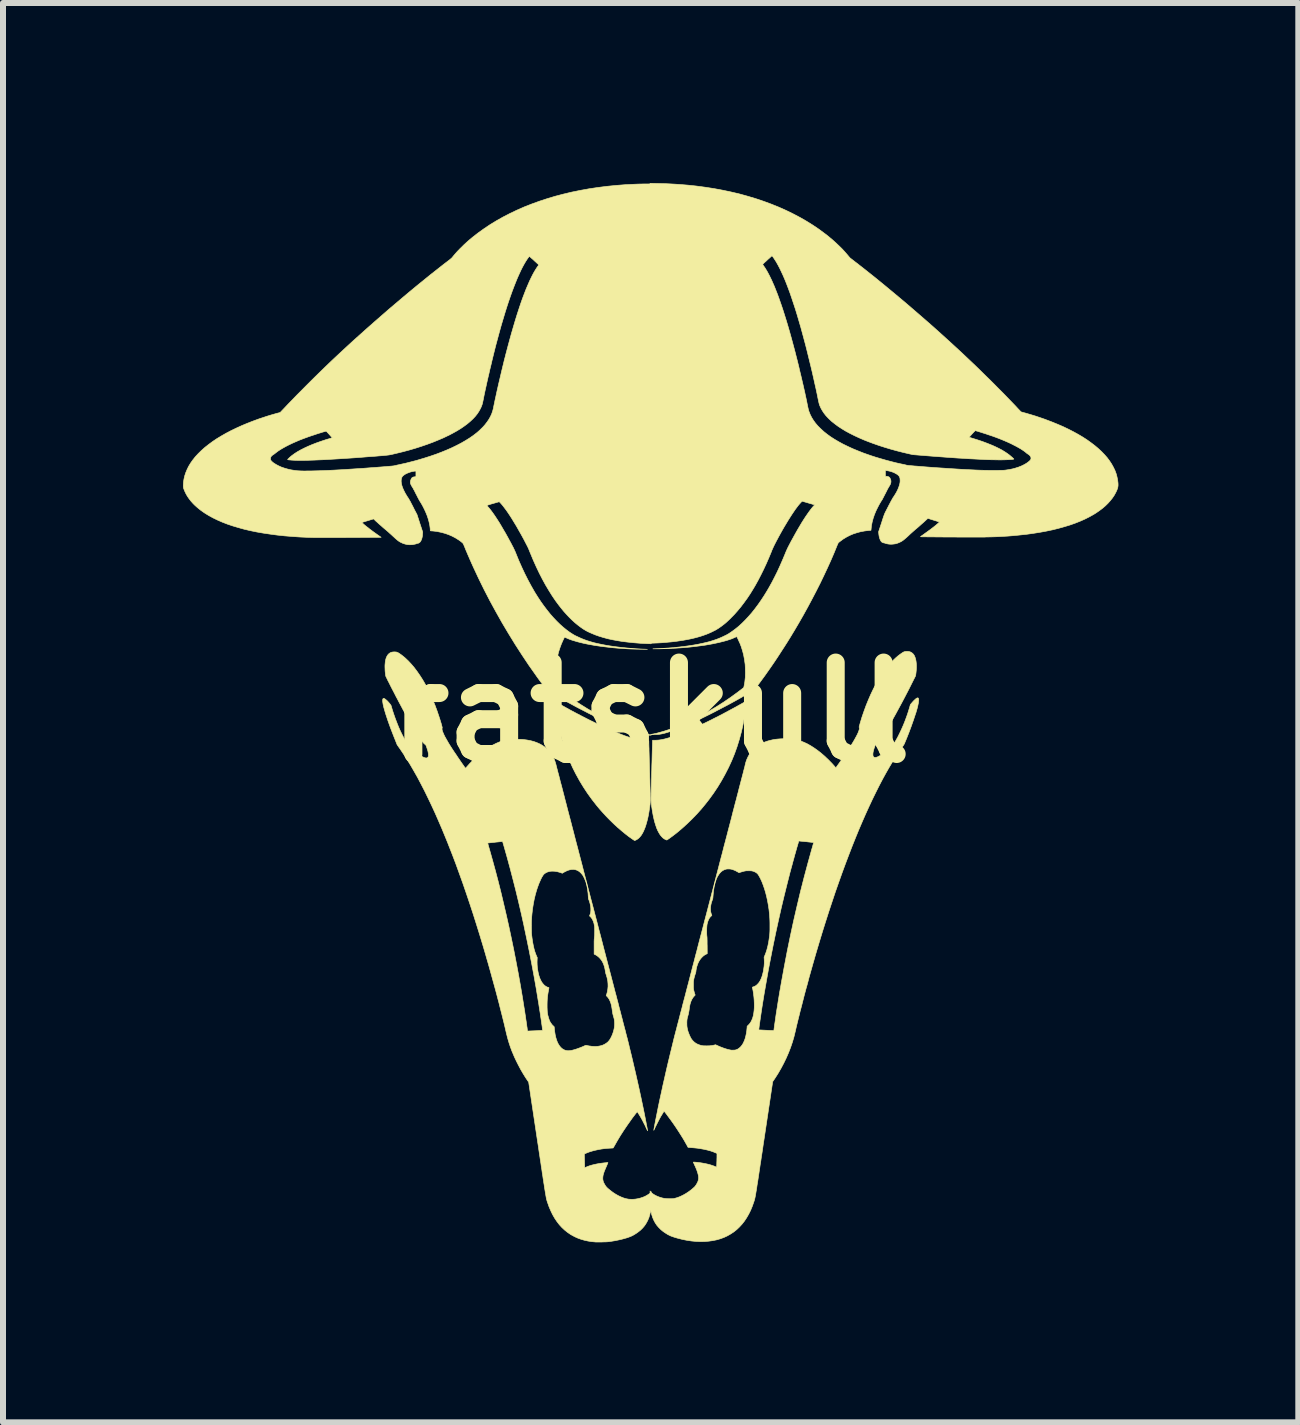
<source format=kicad_pcb>
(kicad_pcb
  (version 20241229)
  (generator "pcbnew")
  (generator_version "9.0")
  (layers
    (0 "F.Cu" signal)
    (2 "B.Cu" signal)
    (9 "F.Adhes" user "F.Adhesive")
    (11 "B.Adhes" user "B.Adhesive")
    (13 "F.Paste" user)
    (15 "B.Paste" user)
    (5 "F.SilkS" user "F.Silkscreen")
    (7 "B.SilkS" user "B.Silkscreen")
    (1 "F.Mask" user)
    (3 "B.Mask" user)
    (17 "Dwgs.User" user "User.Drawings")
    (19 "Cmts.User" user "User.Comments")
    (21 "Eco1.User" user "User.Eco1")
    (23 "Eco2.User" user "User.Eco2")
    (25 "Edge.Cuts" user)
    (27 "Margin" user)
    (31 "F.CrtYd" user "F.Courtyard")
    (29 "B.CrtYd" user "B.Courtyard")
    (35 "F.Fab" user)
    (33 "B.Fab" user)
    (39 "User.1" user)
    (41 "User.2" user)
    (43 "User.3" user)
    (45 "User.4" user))
  (footprint "ratskull"
    (layer "F.Cu")
    (at 7.794 8.827)
    (property "Reference" "ratskull" (at 0 0 0) (layer "F.SilkS") (effects (font (size 1.524 1.524) (thickness 0.3))))
    (attr through_hole)
    (fp_poly (pts (xy -1.59 -0.182) (xy -1.584 -0.178) (xy -1.574 -0.173) (xy -1.561 -0.166) (xy -1.547 -0.158) (xy -1.531 -0.149) (xy -1.526 -0.147) (xy -1.435 -0.096) (xy -1.345 -0.046) (xy -1.257 0.001) (xy -1.169 0.047) (xy -1.084 0.091) (xy -1.001 0.133) (xy -0.919 0.173) (xy -0.841 0.211) (xy -0.764 0.246) (xy -0.691 0.279) (xy -0.621 0.31) (xy -0.553 0.338) (xy -0.49 0.363) (xy -0.43 0.386) (xy -0.373 0.406) (xy -0.372 0.406) (xy -0.325 0.421) (xy -0.281 0.434) (xy -0.241 0.445) (xy -0.203 0.454) (xy -0.167 0.46) (xy -0.133 0.465) (xy -0.1 0.468) (xy -0.077 0.469) (xy -0.031 0.471) (xy -0.03 0.518) (xy -0.03 0.525) (xy -0.029 0.538) (xy -0.029 0.555) (xy -0.028 0.576) (xy -0.027 0.601) (xy -0.027 0.629) (xy -0.026 0.661) (xy -0.025 0.696) (xy -0.024 0.734) (xy -0.023 0.774) (xy -0.022 0.816) (xy -0.02 0.861) (xy -0.019 0.906) (xy -0.018 0.953) (xy -0.017 1.001) (xy -0.016 1.016) (xy -0.015 1.073) (xy -0.013 1.125) (xy -0.012 1.173) (xy -0.011 1.216) (xy -0.01 1.255) (xy -0.009 1.29) (xy -0.008 1.322) (xy -0.007 1.351) (xy -0.007 1.376) (xy -0.007 1.399) (xy -0.006 1.42) (xy -0.006 1.438) (xy -0.006 1.454) (xy -0.006 1.468) (xy -0.007 1.481) (xy -0.007 1.492) (xy -0.008 1.503) (xy -0.009 1.513) (xy -0.009 1.523) (xy -0.01 1.532) (xy -0.012 1.541) (xy -0.013 1.551) (xy -0.014 1.561) (xy -0.016 1.572) (xy -0.018 1.585) (xy -0.018 1.587) (xy -0.028 1.654) (xy -0.039 1.716) (xy -0.051 1.773) (xy -0.065 1.825) (xy -0.079 1.874) (xy -0.094 1.918) (xy -0.111 1.959) (xy -0.119 1.978) (xy -0.138 2.014) (xy -0.158 2.046) (xy -0.18 2.073) (xy -0.202 2.095) (xy -0.221 2.109) (xy -0.231 2.116) (xy -0.243 2.122) (xy -0.254 2.127) (xy -0.262 2.13) (xy -0.268 2.131) (xy -0.271 2.13) (xy -0.277 2.126) (xy -0.286 2.12) (xy -0.297 2.113) (xy -0.301 2.11) (xy -0.361 2.068) (xy -0.423 2.02) (xy -0.485 1.969) (xy -0.548 1.915) (xy -0.611 1.857) (xy -0.673 1.797) (xy -0.734 1.735) (xy -0.793 1.671) (xy -0.85 1.607) (xy -0.9 1.547) (xy -0.978 1.447) (xy -1.052 1.345) (xy -1.121 1.24) (xy -1.186 1.133) (xy -1.246 1.024) (xy -1.302 0.913) (xy -1.353 0.799) (xy -1.4 0.684) (xy -1.442 0.566) (xy -1.48 0.448) (xy -1.512 0.327) (xy -1.54 0.205) (xy -1.547 0.169) (xy -1.556 0.122) (xy -1.564 0.072) (xy -1.572 0.021) (xy -1.579 -0.03) (xy -1.584 -0.079) (xy -1.589 -0.121) (xy -1.59 -0.136) (xy -1.591 -0.15) (xy -1.593 -0.161) (xy -1.593 -0.17) (xy -1.594 -0.173) (xy -1.594 -0.179) (xy -1.593 -0.183) (xy -1.593 -0.183) (xy -1.59 -0.182)) (stroke (width 0.01) (type solid)) (fill yes) (layer "F.SilkS"))
    (fp_poly (pts (xy 1.595 -0.189) (xy 1.594 -0.182) (xy 1.594 -0.171) (xy 1.592 -0.157) (xy 1.591 -0.14) (xy 1.589 -0.122) (xy 1.587 -0.103) (xy 1.585 -0.083) (xy 1.582 -0.063) (xy 1.58 -0.044) (xy 1.58 -0.041) (xy 1.561 0.084) (xy 1.538 0.207) (xy 1.51 0.329) (xy 1.477 0.449) (xy 1.44 0.568) (xy 1.398 0.685) (xy 1.351 0.8) (xy 1.299 0.913) (xy 1.242 1.024) (xy 1.181 1.134) (xy 1.116 1.241) (xy 1.046 1.346) (xy 0.971 1.449) (xy 0.917 1.518) (xy 0.848 1.602) (xy 0.774 1.685) (xy 0.696 1.766) (xy 0.616 1.844) (xy 0.534 1.919) (xy 0.459 1.983) (xy 0.443 1.996) (xy 0.426 2.01) (xy 0.408 2.024) (xy 0.389 2.038) (xy 0.37 2.053) (xy 0.351 2.067) (xy 0.333 2.08) (xy 0.317 2.092) (xy 0.302 2.102) (xy 0.289 2.111) (xy 0.279 2.118) (xy 0.272 2.122) (xy 0.268 2.123) (xy 0.265 2.122) (xy 0.258 2.12) (xy 0.251 2.117) (xy 0.226 2.104) (xy 0.202 2.086) (xy 0.18 2.063) (xy 0.158 2.036) (xy 0.138 2.003) (xy 0.118 1.966) (xy 0.1 1.924) (xy 0.084 1.877) (xy 0.068 1.826) (xy 0.054 1.77) (xy 0.041 1.71) (xy 0.029 1.645) (xy 0.021 1.591) (xy 0.019 1.578) (xy 0.017 1.566) (xy 0.015 1.555) (xy 0.014 1.545) (xy 0.013 1.535) (xy 0.011 1.526) (xy 0.01 1.517) (xy 0.009 1.508) (xy 0.009 1.498) (xy 0.008 1.487) (xy 0.008 1.476) (xy 0.007 1.463) (xy 0.007 1.449) (xy 0.007 1.433) (xy 0.007 1.416) (xy 0.007 1.396) (xy 0.008 1.374) (xy 0.008 1.349) (xy 0.009 1.321) (xy 0.009 1.29) (xy 0.01 1.256) (xy 0.011 1.218) (xy 0.012 1.176) (xy 0.013 1.131) (xy 0.015 1.08) (xy 0.016 1.026) (xy 0.018 0.97) (xy 0.019 0.92) (xy 0.02 0.872) (xy 0.022 0.825) (xy 0.023 0.78) (xy 0.024 0.737) (xy 0.025 0.696) (xy 0.026 0.657) (xy 0.027 0.622) (xy 0.028 0.589) (xy 0.029 0.56) (xy 0.03 0.535) (xy 0.03 0.513) (xy 0.031 0.495) (xy 0.031 0.481) (xy 0.032 0.472) (xy 0.032 0.468) (xy 0.032 0.468) (xy 0.033 0.46) (xy 0.075 0.46) (xy 0.104 0.459) (xy 0.133 0.457) (xy 0.163 0.453) (xy 0.195 0.447) (xy 0.229 0.44) (xy 0.267 0.43) (xy 0.292 0.423) (xy 0.345 0.407) (xy 0.402 0.387) (xy 0.463 0.365) (xy 0.527 0.34) (xy 0.595 0.312) (xy 0.666 0.282) (xy 0.74 0.249) (xy 0.817 0.214) (xy 0.897 0.176) (xy 0.979 0.136) (xy 1.064 0.093) (xy 1.151 0.049) (xy 1.24 0.002) (xy 1.331 -0.047) (xy 1.424 -0.097) (xy 1.518 -0.15) (xy 1.524 -0.153) (xy 1.541 -0.163) (xy 1.557 -0.172) (xy 1.57 -0.179) (xy 1.581 -0.185) (xy 1.59 -0.189) (xy 1.594 -0.192) (xy 1.595 -0.192) (xy 1.595 -0.189)) (stroke (width 0.01) (type solid)) (fill yes) (layer "F.SilkS"))
    (fp_poly (pts (xy 0.076 -8.82) (xy 0.163 -8.818) (xy 0.247 -8.816) (xy 0.327 -8.812) (xy 0.404 -8.808) (xy 0.479 -8.803) (xy 0.553 -8.797) (xy 0.626 -8.791) (xy 0.7 -8.783) (xy 0.758 -8.777) (xy 0.908 -8.757) (xy 1.056 -8.734) (xy 1.201 -8.707) (xy 1.343 -8.677) (xy 1.483 -8.644) (xy 1.62 -8.606) (xy 1.753 -8.566) (xy 1.884 -8.522) (xy 2.011 -8.475) (xy 2.135 -8.425) (xy 2.256 -8.371) (xy 2.373 -8.314) (xy 2.487 -8.254) (xy 2.597 -8.191) (xy 2.703 -8.125) (xy 2.805 -8.056) (xy 2.903 -7.983) (xy 2.92 -7.971) (xy 2.978 -7.924) (xy 3.034 -7.877) (xy 3.088 -7.828) (xy 3.14 -7.779) (xy 3.189 -7.731) (xy 3.233 -7.683) (xy 3.274 -7.636) (xy 3.295 -7.611) (xy 3.304 -7.6) (xy 3.313 -7.59) (xy 3.321 -7.581) (xy 3.326 -7.576) (xy 3.328 -7.574) (xy 3.334 -7.57) (xy 3.344 -7.562) (xy 3.357 -7.552) (xy 3.373 -7.54) (xy 3.391 -7.526) (xy 3.411 -7.51) (xy 3.432 -7.494) (xy 3.455 -7.477) (xy 3.477 -7.459) (xy 3.5 -7.441) (xy 3.522 -7.424) (xy 3.544 -7.407) (xy 3.564 -7.391) (xy 3.573 -7.384) (xy 3.735 -7.255) (xy 3.898 -7.122) (xy 4.062 -6.986) (xy 4.226 -6.849) (xy 4.389 -6.709) (xy 4.552 -6.568) (xy 4.713 -6.427) (xy 4.871 -6.285) (xy 5.027 -6.143) (xy 5.18 -6.002) (xy 5.328 -5.862) (xy 5.408 -5.786) (xy 5.469 -5.727) (xy 5.531 -5.666) (xy 5.594 -5.604) (xy 5.658 -5.542) (xy 5.721 -5.479) (xy 5.783 -5.416) (xy 5.845 -5.354) (xy 5.905 -5.293) (xy 5.963 -5.233) (xy 6.019 -5.175) (xy 6.073 -5.119) (xy 6.123 -5.065) (xy 6.17 -5.016) (xy 6.174 -5.013) (xy 6.182 -5.01) (xy 6.193 -5.007) (xy 6.204 -5.004) (xy 6.252 -4.991) (xy 6.303 -4.976) (xy 6.357 -4.96) (xy 6.413 -4.943) (xy 6.469 -4.924) (xy 6.525 -4.905) (xy 6.58 -4.886) (xy 6.584 -4.884) (xy 6.684 -4.846) (xy 6.78 -4.807) (xy 6.873 -4.767) (xy 6.961 -4.725) (xy 7.045 -4.682) (xy 7.125 -4.638) (xy 7.201 -4.593) (xy 7.272 -4.547) (xy 7.339 -4.499) (xy 7.402 -4.451) (xy 7.46 -4.402) (xy 7.514 -4.352) (xy 7.563 -4.301) (xy 7.608 -4.25) (xy 7.647 -4.198) (xy 7.682 -4.145) (xy 7.712 -4.091) (xy 7.738 -4.037) (xy 7.758 -3.983) (xy 7.765 -3.96) (xy 7.773 -3.926) (xy 7.78 -3.893) (xy 7.785 -3.859) (xy 7.789 -3.828) (xy 7.79 -3.799) (xy 7.79 -3.787) (xy 7.788 -3.768) (xy 7.784 -3.747) (xy 7.777 -3.726) (xy 7.768 -3.702) (xy 7.755 -3.675) (xy 7.752 -3.669) (xy 7.727 -3.623) (xy 7.696 -3.577) (xy 7.661 -3.533) (xy 7.622 -3.489) (xy 7.578 -3.446) (xy 7.53 -3.405) (xy 7.478 -3.366) (xy 7.423 -3.328) (xy 7.383 -3.303) (xy 7.313 -3.264) (xy 7.238 -3.226) (xy 7.159 -3.191) (xy 7.076 -3.158) (xy 6.988 -3.127) (xy 6.896 -3.099) (xy 6.799 -3.072) (xy 6.699 -3.047) (xy 6.594 -3.025) (xy 6.485 -3.005) (xy 6.372 -2.987) (xy 6.256 -2.971) (xy 6.206 -2.966) (xy 6.121 -2.957) (xy 6.036 -2.949) (xy 5.95 -2.942) (xy 5.862 -2.937) (xy 5.771 -2.932) (xy 5.677 -2.929) (xy 5.579 -2.927) (xy 5.569 -2.926) (xy 5.556 -2.926) (xy 5.538 -2.926) (xy 5.517 -2.926) (xy 5.492 -2.926) (xy 5.464 -2.926) (xy 5.433 -2.926) (xy 5.399 -2.926) (xy 5.362 -2.926) (xy 5.324 -2.926) (xy 5.284 -2.926) (xy 5.242 -2.926) (xy 5.198 -2.926) (xy 5.154 -2.926) (xy 5.109 -2.926) (xy 5.064 -2.927) (xy 5.018 -2.927) (xy 4.973 -2.927) (xy 4.928 -2.927) (xy 4.884 -2.927) (xy 4.841 -2.928) (xy 4.799 -2.928) (xy 4.758 -2.928) (xy 4.72 -2.929) (xy 4.683 -2.929) (xy 4.649 -2.929) (xy 4.618 -2.929) (xy 4.589 -2.93) (xy 4.564 -2.93) (xy 4.543 -2.93) (xy 4.525 -2.93) (xy 4.511 -2.931) (xy 4.502 -2.931) (xy 4.498 -2.931) (xy 4.497 -2.931) (xy 4.499 -2.933) (xy 4.504 -2.937) (xy 4.512 -2.944) (xy 4.523 -2.952) (xy 4.536 -2.961) (xy 4.55 -2.971) (xy 4.58 -2.993) (xy 4.611 -3.015) (xy 4.641 -3.037) (xy 4.67 -3.058) (xy 4.696 -3.078) (xy 4.719 -3.096) (xy 4.726 -3.101) (xy 4.739 -3.112) (xy 4.753 -3.123) (xy 4.766 -3.134) (xy 4.779 -3.145) (xy 4.79 -3.155) (xy 4.8 -3.164) (xy 4.807 -3.171) (xy 4.811 -3.175) (xy 4.812 -3.177) (xy 4.81 -3.178) (xy 4.803 -3.18) (xy 4.792 -3.184) (xy 4.778 -3.188) (xy 4.761 -3.194) (xy 4.742 -3.2) (xy 4.721 -3.206) (xy 4.715 -3.208) (xy 4.62 -3.238) (xy 4.58 -3.201) (xy 4.544 -3.168) (xy 4.505 -3.134) (xy 4.464 -3.097) (xy 4.42 -3.06) (xy 4.412 -3.054) (xy 4.399 -3.042) (xy 4.383 -3.028) (xy 4.365 -3.012) (xy 4.346 -2.995) (xy 4.327 -2.978) (xy 4.309 -2.961) (xy 4.301 -2.953) (xy 4.278 -2.932) (xy 4.258 -2.914) (xy 4.24 -2.899) (xy 4.225 -2.886) (xy 4.211 -2.875) (xy 4.197 -2.865) (xy 4.185 -2.857) (xy 4.172 -2.85) (xy 4.161 -2.844) (xy 4.132 -2.831) (xy 4.106 -2.821) (xy 4.08 -2.814) (xy 4.052 -2.81) (xy 4.022 -2.807) (xy 3.99 -2.807) (xy 3.961 -2.81) (xy 3.935 -2.815) (xy 3.91 -2.822) (xy 3.9 -2.826) (xy 3.891 -2.828) (xy 3.884 -2.829) (xy 3.883 -2.83) (xy 3.876 -2.831) (xy 3.867 -2.835) (xy 3.858 -2.839) (xy 3.85 -2.845) (xy 3.846 -2.848) (xy 3.835 -2.863) (xy 3.825 -2.883) (xy 3.816 -2.907) (xy 3.809 -2.933) (xy 3.804 -2.963) (xy 3.801 -2.991) (xy 3.799 -3.014) (xy 3.847 -3.16) (xy 3.857 -3.191) (xy 3.865 -3.218) (xy 3.873 -3.24) (xy 3.879 -3.26) (xy 3.885 -3.276) (xy 3.89 -3.29) (xy 3.894 -3.301) (xy 3.898 -3.311) (xy 3.902 -3.32) (xy 3.905 -3.328) (xy 3.909 -3.336) (xy 3.911 -3.34) (xy 3.93 -3.377) (xy 3.947 -3.41) (xy 3.962 -3.439) (xy 3.975 -3.465) (xy 3.987 -3.487) (xy 3.997 -3.507) (xy 4.006 -3.523) (xy 4.014 -3.538) (xy 4.021 -3.55) (xy 4.027 -3.561) (xy 4.032 -3.57) (xy 4.037 -3.579) (xy 4.042 -3.586) (xy 4.047 -3.593) (xy 4.074 -3.635) (xy 4.098 -3.676) (xy 4.118 -3.716) (xy 4.134 -3.755) (xy 4.146 -3.791) (xy 4.154 -3.824) (xy 4.157 -3.843) (xy 4.158 -3.863) (xy 4.157 -3.883) (xy 4.156 -3.901) (xy 4.152 -3.917) (xy 4.15 -3.923) (xy 4.142 -3.939) (xy 4.128 -3.955) (xy 4.11 -3.97) (xy 4.086 -3.984) (xy 4.058 -3.999) (xy 4.049 -4.003) (xy 4.027 -4.011) (xy 4.003 -4.019) (xy 3.98 -4.025) (xy 3.957 -4.03) (xy 3.937 -4.033) (xy 3.924 -4.034) (xy 3.912 -4.034) (xy 3.912 -3.94) (xy 3.932 -3.939) (xy 3.952 -3.936) (xy 3.968 -3.93) (xy 3.98 -3.921) (xy 3.988 -3.91) (xy 3.999 -3.888) (xy 4.004 -3.866) (xy 4.005 -3.845) (xy 4.001 -3.824) (xy 3.994 -3.804) (xy 3.987 -3.792) (xy 3.98 -3.779) (xy 3.973 -3.768) (xy 3.972 -3.766) (xy 3.968 -3.76) (xy 3.962 -3.75) (xy 3.955 -3.737) (xy 3.946 -3.721) (xy 3.937 -3.702) (xy 3.927 -3.682) (xy 3.916 -3.661) (xy 3.913 -3.654) (xy 3.902 -3.634) (xy 3.892 -3.614) (xy 3.882 -3.595) (xy 3.874 -3.579) (xy 3.866 -3.565) (xy 3.861 -3.554) (xy 3.857 -3.547) (xy 3.856 -3.546) (xy 3.846 -3.531) (xy 3.834 -3.512) (xy 3.822 -3.491) (xy 3.809 -3.469) (xy 3.797 -3.446) (xy 3.786 -3.425) (xy 3.755 -3.362) (xy 3.729 -3.299) (xy 3.708 -3.237) (xy 3.692 -3.177) (xy 3.68 -3.117) (xy 3.674 -3.06) (xy 3.672 -3.039) (xy 3.635 -3.036) (xy 3.568 -3.028) (xy 3.502 -3.016) (xy 3.439 -2.999) (xy 3.377 -2.979) (xy 3.318 -2.954) (xy 3.262 -2.925) (xy 3.208 -2.892) (xy 3.158 -2.855) (xy 3.13 -2.833) (xy 3.127 -2.829) (xy 3.123 -2.821) (xy 3.118 -2.81) (xy 3.112 -2.797) (xy 3.109 -2.79) (xy 3.059 -2.667) (xy 3.005 -2.541) (xy 2.947 -2.413) (xy 2.886 -2.283) (xy 2.823 -2.152) (xy 2.756 -2.02) (xy 2.687 -1.888) (xy 2.616 -1.755) (xy 2.543 -1.623) (xy 2.468 -1.492) (xy 2.392 -1.363) (xy 2.379 -1.342) (xy 2.329 -1.259) (xy 2.277 -1.175) (xy 2.224 -1.092) (xy 2.17 -1.009) (xy 2.117 -0.927) (xy 2.063 -0.846) (xy 2.009 -0.767) (xy 1.955 -0.69) (xy 1.903 -0.616) (xy 1.851 -0.545) (xy 1.801 -0.477) (xy 1.752 -0.413) (xy 1.712 -0.362) (xy 1.709 -0.358) (xy 1.703 -0.354) (xy 1.695 -0.349) (xy 1.683 -0.343) (xy 1.668 -0.335) (xy 1.648 -0.326) (xy 1.644 -0.324) (xy 1.625 -0.314) (xy 1.606 -0.305) (xy 1.588 -0.296) (xy 1.572 -0.287) (xy 1.558 -0.28) (xy 1.551 -0.276) (xy 1.483 -0.237) (xy 1.413 -0.198) (xy 1.342 -0.159) (xy 1.27 -0.12) (xy 1.197 -0.082) (xy 1.124 -0.044) (xy 1.052 -0.006) (xy 0.981 0.03) (xy 0.912 0.064) (xy 0.845 0.097) (xy 0.78 0.128) (xy 0.718 0.157) (xy 0.66 0.183) (xy 0.645 0.19) (xy 0.574 0.221) (xy 0.507 0.249) (xy 0.444 0.274) (xy 0.384 0.295) (xy 0.329 0.314) (xy 0.278 0.33) (xy 0.23 0.344) (xy 0.187 0.354) (xy 0.147 0.361) (xy 0.142 0.362) (xy 0.128 0.363) (xy 0.112 0.365) (xy 0.092 0.365) (xy 0.069 0.365) (xy 0.054 0.365) (xy 0.038 0.365) (xy 0.023 0.365) (xy 0.012 0.365) (xy 0.003 0.365) (xy -0.001 0.364) (xy -0.001 0.364) (xy 0.003 0.363) (xy 0.011 0.362) (xy 0.022 0.359) (xy 0.035 0.357) (xy 0.037 0.357) (xy 0.097 0.344) (xy 0.16 0.327) (xy 0.226 0.308) (xy 0.294 0.286) (xy 0.365 0.261) (xy 0.438 0.234) (xy 0.512 0.204) (xy 0.587 0.171) (xy 0.663 0.137) (xy 0.738 0.1) (xy 0.859 0.038) (xy 0.979 -0.029) (xy 1.097 -0.099) (xy 1.215 -0.174) (xy 1.332 -0.254) (xy 1.449 -0.339) (xy 1.5 -0.378) (xy 1.551 -0.417) (xy 1.557 -0.443) (xy 1.561 -0.465) (xy 1.566 -0.491) (xy 1.57 -0.519) (xy 1.573 -0.548) (xy 1.575 -0.566) (xy 1.577 -0.583) (xy 1.578 -0.603) (xy 1.578 -0.627) (xy 1.579 -0.653) (xy 1.579 -0.68) (xy 1.578 -0.708) (xy 1.578 -0.735) (xy 1.577 -0.76) (xy 1.576 -0.783) (xy 1.575 -0.802) (xy 1.574 -0.81) (xy 1.563 -0.888) (xy 1.549 -0.963) (xy 1.53 -1.035) (xy 1.508 -1.104) (xy 1.493 -1.143) (xy 1.489 -1.153) (xy 1.483 -1.166) (xy 1.476 -1.181) (xy 1.469 -1.196) (xy 1.462 -1.212) (xy 1.455 -1.227) (xy 1.449 -1.24) (xy 1.443 -1.252) (xy 1.438 -1.26) (xy 1.435 -1.266) (xy 1.434 -1.267) (xy 1.431 -1.266) (xy 1.425 -1.263) (xy 1.416 -1.259) (xy 1.405 -1.254) (xy 1.405 -1.254) (xy 1.378 -1.242) (xy 1.347 -1.229) (xy 1.311 -1.217) (xy 1.272 -1.204) (xy 1.229 -1.192) (xy 1.182 -1.18) (xy 1.133 -1.168) (xy 1.082 -1.157) (xy 1.029 -1.146) (xy 0.974 -1.136) (xy 0.917 -1.126) (xy 0.87 -1.119) (xy 0.762 -1.105) (xy 0.65 -1.092) (xy 0.534 -1.082) (xy 0.414 -1.074) (xy 0.292 -1.068) (xy 0.168 -1.064) (xy 0.109 -1.063) (xy 0.085 -1.063) (xy 0.065 -1.063) (xy 0.051 -1.063) (xy 0.041 -1.063) (xy 0.037 -1.063) (xy 0.038 -1.063) (xy 0.043 -1.064) (xy 0.054 -1.064) (xy 0.069 -1.065) (xy 0.09 -1.066) (xy 0.113 -1.067) (xy 0.205 -1.071) (xy 0.296 -1.077) (xy 0.384 -1.084) (xy 0.47 -1.093) (xy 0.554 -1.103) (xy 0.635 -1.114) (xy 0.712 -1.126) (xy 0.786 -1.139) (xy 0.857 -1.154) (xy 0.924 -1.169) (xy 0.986 -1.185) (xy 1.043 -1.203) (xy 1.07 -1.212) (xy 1.102 -1.223) (xy 1.135 -1.236) (xy 1.169 -1.25) (xy 1.202 -1.265) (xy 1.233 -1.28) (xy 1.262 -1.294) (xy 1.287 -1.308) (xy 1.298 -1.314) (xy 1.353 -1.351) (xy 1.409 -1.392) (xy 1.465 -1.437) (xy 1.521 -1.488) (xy 1.576 -1.543) (xy 1.631 -1.602) (xy 1.686 -1.665) (xy 1.74 -1.733) (xy 1.793 -1.804) (xy 1.845 -1.879) (xy 1.896 -1.957) (xy 1.946 -2.039) (xy 1.975 -2.089) (xy 2.021 -2.172) (xy 2.066 -2.259) (xy 2.111 -2.349) (xy 2.154 -2.443) (xy 2.196 -2.539) (xy 2.237 -2.636) (xy 2.248 -2.664) (xy 2.266 -2.706) (xy 2.286 -2.749) (xy 2.304 -2.784) (xy 2.341 -2.855) (xy 2.378 -2.922) (xy 2.414 -2.987) (xy 2.449 -3.049) (xy 2.484 -3.108) (xy 2.517 -3.164) (xy 2.55 -3.216) (xy 2.581 -3.264) (xy 2.612 -3.309) (xy 2.64 -3.349) (xy 2.668 -3.386) (xy 2.693 -3.418) (xy 2.715 -3.443) (xy 2.733 -3.463) (xy 2.722 -3.466) (xy 2.718 -3.468) (xy 2.708 -3.47) (xy 2.696 -3.474) (xy 2.68 -3.479) (xy 2.661 -3.484) (xy 2.641 -3.49) (xy 2.62 -3.496) (xy 2.618 -3.497) (xy 2.524 -3.524) (xy 2.505 -3.504) (xy 2.483 -3.48) (xy 2.46 -3.453) (xy 2.436 -3.421) (xy 2.409 -3.385) (xy 2.382 -3.345) (xy 2.353 -3.302) (xy 2.323 -3.255) (xy 2.292 -3.206) (xy 2.26 -3.153) (xy 2.227 -3.098) (xy 2.194 -3.041) (xy 2.161 -2.982) (xy 2.127 -2.92) (xy 2.119 -2.904) (xy 2.102 -2.873) (xy 2.087 -2.844) (xy 2.074 -2.819) (xy 2.063 -2.797) (xy 2.053 -2.777) (xy 2.044 -2.758) (xy 2.036 -2.74) (xy 2.028 -2.722) (xy 2.02 -2.704) (xy 2.014 -2.687) (xy 1.972 -2.586) (xy 1.929 -2.487) (xy 1.884 -2.39) (xy 1.838 -2.297) (xy 1.792 -2.208) (xy 1.745 -2.123) (xy 1.712 -2.067) (xy 1.661 -1.984) (xy 1.609 -1.906) (xy 1.556 -1.833) (xy 1.503 -1.763) (xy 1.449 -1.698) (xy 1.394 -1.636) (xy 1.337 -1.578) (xy 1.336 -1.576) (xy 1.307 -1.548) (xy 1.28 -1.523) (xy 1.255 -1.5) (xy 1.23 -1.479) (xy 1.205 -1.46) (xy 1.179 -1.44) (xy 1.158 -1.425) (xy 1.139 -1.412) (xy 1.121 -1.4) (xy 1.103 -1.389) (xy 1.085 -1.378) (xy 1.065 -1.368) (xy 1.043 -1.357) (xy 1.017 -1.344) (xy 0.991 -1.332) (xy 0.937 -1.309) (xy 0.879 -1.288) (xy 0.818 -1.268) (xy 0.753 -1.25) (xy 0.684 -1.233) (xy 0.61 -1.218) (xy 0.532 -1.204) (xy 0.45 -1.192) (xy 0.436 -1.19) (xy 0.405 -1.186) (xy 0.371 -1.182) (xy 0.336 -1.178) (xy 0.299 -1.175) (xy 0.261 -1.171) (xy 0.223 -1.168) (xy 0.186 -1.165) (xy 0.15 -1.163) (xy 0.117 -1.161) (xy 0.086 -1.16) (xy 0.059 -1.159) (xy 0.036 -1.158) (xy 0.036 -1.158) (xy 0.025 -1.158) (xy 0.018 -1.158) (xy 0.014 -1.157) (xy 0.012 -1.155) (xy 0.011 -1.153) (xy 0.007 -1.149) (xy 0.004 -1.148) (xy -0.004 -1.148) (xy -0.017 -1.149) (xy -0.033 -1.149) (xy -0.052 -1.15) (xy -0.072 -1.151) (xy -0.094 -1.152) (xy -0.115 -1.153) (xy -0.136 -1.154) (xy -0.156 -1.155) (xy -0.173 -1.156) (xy -0.184 -1.157) (xy -0.284 -1.165) (xy -0.379 -1.175) (xy -0.47 -1.186) (xy -0.556 -1.2) (xy -0.637 -1.215) (xy -0.715 -1.232) (xy -0.788 -1.252) (xy -0.858 -1.273) (xy -0.923 -1.296) (xy -0.985 -1.322) (xy -0.997 -1.327) (xy -1.011 -1.333) (xy -1.024 -1.339) (xy -1.034 -1.344) (xy -1.042 -1.347) (xy -1.045 -1.349) (xy -1.045 -1.349) (xy -1.049 -1.35) (xy -1.055 -1.353) (xy -1.064 -1.359) (xy -1.076 -1.365) (xy -1.088 -1.372) (xy -1.101 -1.38) (xy -1.113 -1.387) (xy -1.123 -1.394) (xy -1.127 -1.396) (xy -1.171 -1.427) (xy -1.217 -1.462) (xy -1.263 -1.5) (xy -1.31 -1.543) (xy -1.356 -1.588) (xy -1.402 -1.637) (xy -1.447 -1.687) (xy -1.467 -1.711) (xy -1.526 -1.785) (xy -1.584 -1.863) (xy -1.641 -1.947) (xy -1.696 -2.035) (xy -1.751 -2.127) (xy -1.804 -2.224) (xy -1.856 -2.325) (xy -1.906 -2.43) (xy -1.955 -2.539) (xy -2.002 -2.652) (xy -2.015 -2.683) (xy -2.026 -2.711) (xy -2.037 -2.737) (xy -2.049 -2.763) (xy -2.063 -2.79) (xy -2.076 -2.815) (xy -2.117 -2.894) (xy -2.158 -2.969) (xy -2.199 -3.041) (xy -2.238 -3.11) (xy -2.277 -3.174) (xy -2.314 -3.235) (xy -2.35 -3.291) (xy -2.377 -3.331) (xy -2.394 -3.356) (xy -2.412 -3.381) (xy -2.431 -3.406) (xy -2.449 -3.43) (xy -2.466 -3.452) (xy -2.482 -3.471) (xy -2.497 -3.488) (xy -2.509 -3.501) (xy -2.511 -3.503) (xy -2.524 -3.515) (xy -2.625 -3.486) (xy -2.647 -3.48) (xy -2.667 -3.474) (xy -2.686 -3.468) (xy -2.701 -3.463) (xy -2.714 -3.459) (xy -2.723 -3.457) (xy -2.728 -3.455) (xy -2.729 -3.454) (xy -2.728 -3.452) (xy -2.724 -3.447) (xy -2.718 -3.439) (xy -2.712 -3.431) (xy -2.689 -3.405) (xy -2.665 -3.375) (xy -2.639 -3.34) (xy -2.611 -3.301) (xy -2.582 -3.258) (xy -2.552 -3.212) (xy -2.52 -3.162) (xy -2.488 -3.108) (xy -2.455 -3.051) (xy -2.42 -2.992) (xy -2.385 -2.929) (xy -2.35 -2.864) (xy -2.331 -2.83) (xy -2.316 -2.801) (xy -2.303 -2.776) (xy -2.291 -2.754) (xy -2.282 -2.734) (xy -2.273 -2.716) (xy -2.265 -2.699) (xy -2.258 -2.683) (xy -2.251 -2.666) (xy -2.247 -2.656) (xy -2.2 -2.54) (xy -2.15 -2.427) (xy -2.099 -2.318) (xy -2.045 -2.211) (xy -1.99 -2.109) (xy -1.934 -2.011) (xy -1.926 -1.998) (xy -1.877 -1.92) (xy -1.828 -1.846) (xy -1.777 -1.775) (xy -1.725 -1.707) (xy -1.673 -1.642) (xy -1.62 -1.582) (xy -1.566 -1.525) (xy -1.512 -1.472) (xy -1.458 -1.424) (xy -1.404 -1.38) (xy -1.35 -1.34) (xy -1.297 -1.306) (xy -1.277 -1.294) (xy -1.263 -1.286) (xy -1.244 -1.277) (xy -1.222 -1.267) (xy -1.199 -1.256) (xy -1.175 -1.245) (xy -1.15 -1.234) (xy -1.127 -1.225) (xy -1.105 -1.216) (xy -1.105 -1.216) (xy -1.054 -1.198) (xy -0.999 -1.181) (xy -0.939 -1.164) (xy -0.874 -1.149) (xy -0.806 -1.135) (xy -0.734 -1.121) (xy -0.658 -1.109) (xy -0.579 -1.098) (xy -0.497 -1.088) (xy -0.411 -1.079) (xy -0.323 -1.071) (xy -0.233 -1.064) (xy -0.14 -1.059) (xy -0.083 -1.057) (xy -0.07 -1.056) (xy -0.06 -1.056) (xy -0.055 -1.055) (xy -0.053 -1.055) (xy -0.056 -1.055) (xy -0.062 -1.055) (xy -0.074 -1.055) (xy -0.09 -1.055) (xy -0.11 -1.055) (xy -0.128 -1.056) (xy -0.233 -1.058) (xy -0.338 -1.061) (xy -0.441 -1.067) (xy -0.543 -1.074) (xy -0.644 -1.083) (xy -0.741 -1.094) (xy -0.836 -1.106) (xy -0.926 -1.119) (xy -0.998 -1.132) (xy -1.058 -1.143) (xy -1.115 -1.155) (xy -1.169 -1.168) (xy -1.22 -1.181) (xy -1.267 -1.195) (xy -1.311 -1.208) (xy -1.35 -1.222) (xy -1.385 -1.236) (xy -1.406 -1.246) (xy -1.435 -1.259) (xy -1.457 -1.214) (xy -1.487 -1.147) (xy -1.512 -1.08) (xy -1.534 -1.012) (xy -1.551 -0.943) (xy -1.564 -0.873) (xy -1.573 -0.799) (xy -1.578 -0.739) (xy -1.579 -0.687) (xy -1.578 -0.632) (xy -1.575 -0.577) (xy -1.57 -0.523) (xy -1.563 -0.474) (xy -1.56 -0.453) (xy -1.556 -0.436) (xy -1.553 -0.423) (xy -1.551 -0.414) (xy -1.548 -0.408) (xy -1.545 -0.404) (xy -1.545 -0.404) (xy -1.536 -0.397) (xy -1.523 -0.387) (xy -1.508 -0.376) (xy -1.491 -0.363) (xy -1.472 -0.349) (xy -1.452 -0.334) (xy -1.433 -0.32) (xy -1.414 -0.305) (xy -1.396 -0.292) (xy -1.38 -0.281) (xy -1.366 -0.271) (xy -1.365 -0.27) (xy -1.261 -0.197) (xy -1.155 -0.128) (xy -1.049 -0.062) (xy -0.942 0.000133) (xy -0.835 0.059) (xy -0.729 0.113) (xy -0.622 0.164) (xy -0.517 0.21) (xy -0.423 0.248) (xy -0.363 0.27) (xy -0.303 0.291) (xy -0.245 0.31) (xy -0.188 0.327) (xy -0.133 0.342) (xy -0.081 0.355) (xy -0.033 0.366) (xy -0.033 0.366) (xy -0.019 0.369) (xy -0.007 0.371) (xy 0.002 0.373) (xy 0.008 0.374) (xy 0.009 0.375) (xy 0.008 0.375) (xy 0.002 0.375) (xy -0.007 0.375) (xy -0.018 0.375) (xy -0.032 0.375) (xy -0.047 0.375) (xy -0.063 0.375) (xy -0.078 0.375) (xy -0.092 0.374) (xy -0.105 0.374) (xy -0.115 0.374) (xy -0.121 0.373) (xy -0.156 0.368) (xy -0.195 0.36) (xy -0.239 0.35) (xy -0.286 0.336) (xy -0.337 0.32) (xy -0.391 0.301) (xy -0.449 0.279) (xy -0.511 0.255) (xy -0.575 0.228) (xy -0.643 0.199) (xy -0.697 0.175) (xy -0.759 0.146) (xy -0.824 0.115) (xy -0.891 0.082) (xy -0.962 0.047) (xy -1.034 0.011) (xy -1.107 -0.027) (xy -1.181 -0.065) (xy -1.255 -0.104) (xy -1.328 -0.144) (xy -1.4 -0.183) (xy -1.47 -0.222) (xy -1.532 -0.257) (xy -1.547 -0.266) (xy -1.565 -0.276) (xy -1.586 -0.286) (xy -1.607 -0.297) (xy -1.628 -0.308) (xy -1.64 -0.314) (xy -1.704 -0.345) (xy -1.726 -0.372) (xy -1.737 -0.385) (xy -1.749 -0.402) (xy -1.764 -0.421) (xy -1.78 -0.443) (xy -1.798 -0.466) (xy -1.816 -0.491) (xy -1.834 -0.515) (xy -1.853 -0.54) (xy -1.87 -0.564) (xy -1.887 -0.587) (xy -1.902 -0.608) (xy -1.91 -0.62) (xy -2.03 -0.79) (xy -2.146 -0.964) (xy -2.26 -1.141) (xy -2.37 -1.32) (xy -2.477 -1.5) (xy -2.58 -1.683) (xy -2.68 -1.866) (xy -2.775 -2.05) (xy -2.866 -2.235) (xy -2.952 -2.419) (xy -2.986 -2.494) (xy -2.999 -2.524) (xy -3.013 -2.555) (xy -3.027 -2.588) (xy -3.042 -2.622) (xy -3.056 -2.655) (xy -3.07 -2.688) (xy -3.083 -2.718) (xy -3.094 -2.746) (xy -3.104 -2.771) (xy -3.107 -2.777) (xy -3.113 -2.792) (xy -3.118 -2.804) (xy -3.124 -2.814) (xy -3.128 -2.821) (xy -3.129 -2.823) (xy -3.136 -2.83) (xy -3.147 -2.839) (xy -3.16 -2.85) (xy -3.175 -2.861) (xy -3.19 -2.872) (xy -3.202 -2.88) (xy -3.253 -2.912) (xy -3.308 -2.941) (xy -3.366 -2.966) (xy -3.426 -2.987) (xy -3.488 -3.004) (xy -3.551 -3.017) (xy -3.562 -3.019) (xy -3.576 -3.021) (xy -3.592 -3.023) (xy -3.61 -3.025) (xy -3.627 -3.027) (xy -3.643 -3.028) (xy -3.656 -3.029) (xy -3.667 -3.03) (xy -3.67 -3.03) (xy -3.672 -3.032) (xy -3.673 -3.038) (xy -3.673 -3.042) (xy -3.674 -3.064) (xy -3.677 -3.09) (xy -3.681 -3.119) (xy -3.687 -3.149) (xy -3.694 -3.181) (xy -3.703 -3.213) (xy -3.712 -3.244) (xy -3.722 -3.273) (xy -3.722 -3.275) (xy -3.735 -3.307) (xy -3.749 -3.341) (xy -3.765 -3.376) (xy -3.782 -3.411) (xy -3.8 -3.446) (xy -3.818 -3.478) (xy -3.836 -3.508) (xy -3.852 -3.533) (xy -3.852 -3.533) (xy -3.855 -3.538) (xy -3.86 -3.547) (xy -3.866 -3.559) (xy -3.874 -3.574) (xy -3.883 -3.591) (xy -3.893 -3.611) (xy -3.903 -3.631) (xy -3.908 -3.64) (xy -3.919 -3.661) (xy -3.929 -3.682) (xy -3.939 -3.702) (xy -3.949 -3.719) (xy -3.957 -3.735) (xy -3.964 -3.747) (xy -3.969 -3.755) (xy -3.97 -3.757) (xy -3.985 -3.78) (xy -3.995 -3.8) (xy -4.002 -3.818) (xy -4.005 -3.836) (xy -4.004 -3.852) (xy -4.002 -3.862) (xy -3.999 -3.874) (xy -3.994 -3.887) (xy -3.99 -3.896) (xy -3.983 -3.908) (xy -3.975 -3.917) (xy -3.964 -3.923) (xy -3.951 -3.928) (xy -3.935 -3.93) (xy -3.929 -3.931) (xy -3.912 -3.933) (xy -3.912 -4.026) (xy -3.931 -4.025) (xy -3.957 -4.021) (xy -3.983 -4.016) (xy -4.01 -4.008) (xy -4.035 -3.999) (xy -4.06 -3.989) (xy -4.083 -3.978) (xy -4.103 -3.966) (xy -4.12 -3.953) (xy -4.134 -3.941) (xy -4.143 -3.928) (xy -4.144 -3.927) (xy -4.152 -3.905) (xy -4.157 -3.881) (xy -4.158 -3.854) (xy -4.155 -3.825) (xy -4.154 -3.819) (xy -4.148 -3.791) (xy -4.138 -3.76) (xy -4.125 -3.727) (xy -4.109 -3.693) (xy -4.091 -3.658) (xy -4.071 -3.624) (xy -4.05 -3.59) (xy -4.041 -3.578) (xy -4.034 -3.566) (xy -4.025 -3.551) (xy -4.016 -3.535) (xy -4.007 -3.52) (xy -4.004 -3.514) (xy -3.998 -3.503) (xy -3.991 -3.488) (xy -3.981 -3.47) (xy -3.971 -3.45) (xy -3.96 -3.429) (xy -3.949 -3.407) (xy -3.94 -3.388) (xy -3.894 -3.301) (xy -3.847 -3.155) (xy -3.799 -3.009) (xy -3.801 -2.982) (xy -3.803 -2.951) (xy -3.808 -2.923) (xy -3.815 -2.897) (xy -3.824 -2.874) (xy -3.834 -2.855) (xy -3.845 -2.841) (xy -3.856 -2.832) (xy -3.868 -2.825) (xy -3.879 -2.822) (xy -3.881 -2.822) (xy -3.889 -2.821) (xy -3.897 -2.818) (xy -3.906 -2.814) (xy -3.919 -2.81) (xy -3.934 -2.807) (xy -3.951 -2.803) (xy -3.968 -2.8) (xy -3.98 -2.799) (xy -4.017 -2.798) (xy -4.055 -2.801) (xy -4.092 -2.809) (xy -4.129 -2.821) (xy -4.165 -2.838) (xy -4.173 -2.842) (xy -4.185 -2.849) (xy -4.196 -2.856) (xy -4.207 -2.864) (xy -4.219 -2.873) (xy -4.232 -2.884) (xy -4.247 -2.897) (xy -4.264 -2.912) (xy -4.283 -2.93) (xy -4.301 -2.946) (xy -4.319 -2.963) (xy -4.337 -2.979) (xy -4.355 -2.995) (xy -4.371 -3.01) (xy -4.387 -3.024) (xy -4.399 -3.034) (xy -4.404 -3.039) (xy -4.42 -3.052) (xy -4.438 -3.067) (xy -4.457 -3.083) (xy -4.476 -3.1) (xy -4.495 -3.117) (xy -4.515 -3.134) (xy -4.534 -3.151) (xy -4.551 -3.167) (xy -4.568 -3.182) (xy -4.583 -3.195) (xy -4.595 -3.207) (xy -4.605 -3.217) (xy -4.612 -3.224) (xy -4.616 -3.228) (xy -4.616 -3.228) (xy -4.619 -3.228) (xy -4.626 -3.226) (xy -4.637 -3.223) (xy -4.651 -3.219) (xy -4.667 -3.214) (xy -4.686 -3.208) (xy -4.707 -3.202) (xy -4.716 -3.199) (xy -4.814 -3.169) (xy -4.796 -3.153) (xy -4.78 -3.138) (xy -4.76 -3.121) (xy -4.737 -3.102) (xy -4.71 -3.082) (xy -4.682 -3.059) (xy -4.651 -3.036) (xy -4.619 -3.012) (xy -4.585 -2.988) (xy -4.552 -2.964) (xy -4.547 -2.961) (xy -4.492 -2.922) (xy -4.696 -2.921) (xy -4.725 -2.92) (xy -4.758 -2.92) (xy -4.795 -2.92) (xy -4.835 -2.92) (xy -4.879 -2.919) (xy -4.924 -2.919) (xy -4.972 -2.919) (xy -5.021 -2.919) (xy -5.07 -2.919) (xy -5.12 -2.918) (xy -5.169 -2.918) (xy -5.217 -2.918) (xy -5.263 -2.918) (xy -5.316 -2.918) (xy -5.365 -2.918) (xy -5.409 -2.918) (xy -5.449 -2.918) (xy -5.486 -2.918) (xy -5.519 -2.918) (xy -5.55 -2.918) (xy -5.578 -2.918) (xy -5.604 -2.918) (xy -5.628 -2.919) (xy -5.65 -2.919) (xy -5.672 -2.92) (xy -5.693 -2.92) (xy -5.713 -2.921) (xy -5.734 -2.922) (xy -5.755 -2.923) (xy -5.777 -2.924) (xy -5.799 -2.925) (xy -5.824 -2.926) (xy -5.845 -2.927) (xy -5.975 -2.936) (xy -6.101 -2.946) (xy -6.223 -2.959) (xy -6.342 -2.975) (xy -6.456 -2.992) (xy -6.566 -3.011) (xy -6.673 -3.033) (xy -6.775 -3.057) (xy -6.872 -3.084) (xy -6.966 -3.112) (xy -7.055 -3.142) (xy -7.14 -3.175) (xy -7.22 -3.21) (xy -7.296 -3.247) (xy -7.367 -3.286) (xy -7.429 -3.324) (xy -7.464 -3.348) (xy -7.5 -3.374) (xy -7.534 -3.401) (xy -7.567 -3.429) (xy -7.598 -3.457) (xy -7.624 -3.483) (xy -7.625 -3.484) (xy -7.66 -3.523) (xy -7.692 -3.564) (xy -7.721 -3.606) (xy -7.745 -3.648) (xy -7.765 -3.69) (xy -7.779 -3.725) (xy -7.783 -3.736) (xy -7.786 -3.745) (xy -7.787 -3.752) (xy -7.788 -3.76) (xy -7.789 -3.77) (xy -7.789 -3.782) (xy -7.789 -3.79) (xy -7.786 -3.841) (xy -7.778 -3.893) (xy -7.766 -3.945) (xy -7.749 -3.997) (xy -7.727 -4.05) (xy -7.702 -4.102) (xy -7.671 -4.153) (xy -7.669 -4.157) (xy -7.631 -4.211) (xy -7.614 -4.232) (xy -6.337 -4.232) (xy -6.336 -4.22) (xy -6.331 -4.208) (xy -6.323 -4.196) (xy -6.31 -4.183) (xy -6.294 -4.169) (xy -6.28 -4.159) (xy -6.242 -4.135) (xy -6.2 -4.113) (xy -6.154 -4.092) (xy -6.104 -4.075) (xy -6.052 -4.06) (xy -5.997 -4.047) (xy -5.94 -4.038) (xy -5.882 -4.031) (xy -5.843 -4.029) (xy -5.827 -4.028) (xy -5.807 -4.028) (xy -5.783 -4.027) (xy -5.755 -4.027) (xy -5.724 -4.028) (xy -5.691 -4.028) (xy -5.656 -4.028) (xy -5.62 -4.029) (xy -5.583 -4.03) (xy -5.546 -4.031) (xy -5.54 -4.031) (xy -5.462 -4.034) (xy -5.38 -4.037) (xy -5.293 -4.041) (xy -5.202 -4.046) (xy -5.105 -4.051) (xy -5.004 -4.058) (xy -4.898 -4.065) (xy -4.788 -4.072) (xy -4.672 -4.081) (xy -4.572 -4.088) (xy -4.526 -4.092) (xy -4.485 -4.095) (xy -4.449 -4.098) (xy -4.417 -4.1) (xy -4.389 -4.103) (xy -4.364 -4.105) (xy -4.343 -4.107) (xy -4.325 -4.108) (xy -4.31 -4.11) (xy -4.297 -4.111) (xy -4.286 -4.112) (xy -4.278 -4.114) (xy -4.271 -4.115) (xy -4.265 -4.116) (xy -4.261 -4.117) (xy -4.26 -4.117) (xy -4.251 -4.119) (xy -4.24 -4.122) (xy -4.225 -4.126) (xy -4.21 -4.129) (xy -4.199 -4.131) (xy -4.142 -4.144) (xy -4.082 -4.157) (xy -4.02 -4.173) (xy -3.957 -4.189) (xy -3.896 -4.205) (xy -3.876 -4.211) (xy -3.772 -4.242) (xy -3.672 -4.274) (xy -3.576 -4.307) (xy -3.484 -4.342) (xy -3.396 -4.378) (xy -3.312 -4.415) (xy -3.232 -4.454) (xy -3.157 -4.493) (xy -3.086 -4.534) (xy -3.02 -4.575) (xy -2.959 -4.617) (xy -2.903 -4.66) (xy -2.884 -4.676) (xy -2.867 -4.691) (xy -2.848 -4.708) (xy -2.828 -4.728) (xy -2.807 -4.748) (xy -2.788 -4.768) (xy -2.771 -4.787) (xy -2.759 -4.801) (xy -2.726 -4.844) (xy -2.696 -4.888) (xy -2.67 -4.934) (xy -2.649 -4.98) (xy -2.633 -5.027) (xy -2.621 -5.073) (xy -2.62 -5.077) (xy -2.613 -5.115) (xy -2.604 -5.157) (xy -2.595 -5.202) (xy -2.584 -5.251) (xy -2.573 -5.303) (xy -2.561 -5.358) (xy -2.548 -5.415) (xy -2.535 -5.473) (xy -2.521 -5.532) (xy -2.507 -5.591) (xy -2.493 -5.651) (xy -2.479 -5.71) (xy -2.465 -5.768) (xy -2.451 -5.825) (xy -2.438 -5.88) (xy -2.424 -5.932) (xy -2.417 -5.961) (xy -2.384 -6.086) (xy -2.352 -6.205) (xy -2.32 -6.32) (xy -2.288 -6.43) (xy -2.257 -6.535) (xy -2.226 -6.635) (xy -2.195 -6.73) (xy -2.165 -6.82) (xy -2.135 -6.905) (xy -2.105 -6.984) (xy -2.076 -7.059) (xy -2.046 -7.129) (xy -2.018 -7.194) (xy -1.99 -7.252) (xy -1.971 -7.29) (xy -1.953 -7.324) (xy -1.936 -7.354) (xy -1.919 -7.382) (xy -1.902 -7.409) (xy -1.885 -7.434) (xy -1.876 -7.446) (xy -1.864 -7.463) (xy -1.87 -7.468) (xy 1.867 -7.468) (xy 1.867 -7.468) (xy 1.87 -7.464) (xy 1.874 -7.458) (xy 1.881 -7.449) (xy 1.887 -7.44) (xy 1.904 -7.416) (xy 1.921 -7.388) (xy 1.94 -7.357) (xy 1.959 -7.322) (xy 1.979 -7.284) (xy 1.998 -7.245) (xy 2.018 -7.204) (xy 2.035 -7.165) (xy 2.062 -7.104) (xy 2.088 -7.038) (xy 2.116 -6.967) (xy 2.143 -6.892) (xy 2.171 -6.812) (xy 2.2 -6.727) (xy 2.228 -6.639) (xy 2.257 -6.546) (xy 2.286 -6.45) (xy 2.315 -6.35) (xy 2.344 -6.246) (xy 2.373 -6.139) (xy 2.396 -6.053) (xy 2.41 -6) (xy 2.424 -5.944) (xy 2.439 -5.886) (xy 2.454 -5.826) (xy 2.469 -5.765) (xy 2.483 -5.703) (xy 2.498 -5.641) (xy 2.513 -5.579) (xy 2.527 -5.518) (xy 2.541 -5.459) (xy 2.554 -5.401) (xy 2.567 -5.345) (xy 2.578 -5.292) (xy 2.589 -5.242) (xy 2.599 -5.196) (xy 2.607 -5.154) (xy 2.611 -5.135) (xy 2.616 -5.11) (xy 2.62 -5.09) (xy 2.624 -5.073) (xy 2.627 -5.059) (xy 2.63 -5.046) (xy 2.634 -5.035) (xy 2.637 -5.023) (xy 2.64 -5.016) (xy 2.659 -4.968) (xy 2.683 -4.92) (xy 2.712 -4.873) (xy 2.746 -4.826) (xy 2.785 -4.78) (xy 2.83 -4.735) (xy 2.879 -4.69) (xy 2.888 -4.682) (xy 2.942 -4.639) (xy 3 -4.597) (xy 3.064 -4.556) (xy 3.132 -4.516) (xy 3.205 -4.476) (xy 3.283 -4.438) (xy 3.365 -4.4) (xy 3.452 -4.364) (xy 3.543 -4.328) (xy 3.599 -4.308) (xy 3.674 -4.282) (xy 3.754 -4.256) (xy 3.836 -4.232) (xy 3.919 -4.208) (xy 4.002 -4.186) (xy 4.084 -4.165) (xy 4.164 -4.147) (xy 4.204 -4.139) (xy 4.219 -4.136) (xy 4.235 -4.132) (xy 4.248 -4.129) (xy 4.258 -4.126) (xy 4.263 -4.125) (xy 4.268 -4.124) (xy 4.274 -4.123) (xy 4.283 -4.121) (xy 4.294 -4.12) (xy 4.308 -4.118) (xy 4.326 -4.117) (xy 4.347 -4.115) (xy 4.372 -4.113) (xy 4.402 -4.11) (xy 4.422 -4.109) (xy 4.542 -4.099) (xy 4.658 -4.09) (xy 4.768 -4.082) (xy 4.875 -4.075) (xy 4.976 -4.068) (xy 5.074 -4.062) (xy 5.168 -4.056) (xy 5.258 -4.051) (xy 5.344 -4.047) (xy 5.426 -4.043) (xy 5.506 -4.04) (xy 5.554 -4.039) (xy 5.569 -4.038) (xy 5.589 -4.038) (xy 5.613 -4.038) (xy 5.639 -4.037) (xy 5.666 -4.037) (xy 5.695 -4.037) (xy 5.724 -4.037) (xy 5.748 -4.037) (xy 5.78 -4.037) (xy 5.807 -4.038) (xy 5.83 -4.038) (xy 5.849 -4.038) (xy 5.866 -4.039) (xy 5.88 -4.039) (xy 5.892 -4.04) (xy 5.902 -4.041) (xy 5.911 -4.042) (xy 5.913 -4.042) (xy 5.973 -4.051) (xy 6.029 -4.062) (xy 6.081 -4.076) (xy 6.131 -4.092) (xy 6.179 -4.111) (xy 6.214 -4.128) (xy 6.238 -4.141) (xy 6.26 -4.154) (xy 6.281 -4.168) (xy 6.299 -4.182) (xy 6.314 -4.195) (xy 6.326 -4.207) (xy 6.334 -4.219) (xy 6.337 -4.226) (xy 6.339 -4.242) (xy 6.336 -4.258) (xy 6.328 -4.273) (xy 6.316 -4.288) (xy 6.301 -4.301) (xy 6.29 -4.308) (xy 6.28 -4.314) (xy 6.269 -4.322) (xy 6.261 -4.329) (xy 6.237 -4.349) (xy 6.207 -4.37) (xy 6.174 -4.392) (xy 6.136 -4.414) (xy 6.095 -4.437) (xy 6.05 -4.46) (xy 6.003 -4.484) (xy 5.953 -4.507) (xy 5.9 -4.53) (xy 5.845 -4.553) (xy 5.789 -4.575) (xy 5.772 -4.581) (xy 5.752 -4.589) (xy 5.729 -4.597) (xy 5.705 -4.606) (xy 5.678 -4.615) (xy 5.651 -4.624) (xy 5.623 -4.633) (xy 5.595 -4.643) (xy 5.568 -4.652) (xy 5.541 -4.66) (xy 5.515 -4.669) (xy 5.491 -4.676) (xy 5.469 -4.683) (xy 5.45 -4.689) (xy 5.434 -4.693) (xy 5.422 -4.697) (xy 5.413 -4.699) (xy 5.41 -4.699) (xy 5.407 -4.697) (xy 5.402 -4.692) (xy 5.395 -4.685) (xy 5.385 -4.675) (xy 5.375 -4.664) (xy 5.363 -4.652) (xy 5.352 -4.639) (xy 5.341 -4.627) (xy 5.331 -4.616) (xy 5.322 -4.606) (xy 5.315 -4.598) (xy 5.311 -4.592) (xy 5.309 -4.59) (xy 5.311 -4.589) (xy 5.317 -4.587) (xy 5.326 -4.584) (xy 5.335 -4.581) (xy 5.371 -4.57) (xy 5.41 -4.558) (xy 5.451 -4.545) (xy 5.493 -4.531) (xy 5.534 -4.517) (xy 5.574 -4.502) (xy 5.611 -4.488) (xy 5.636 -4.478) (xy 5.698 -4.453) (xy 5.755 -4.427) (xy 5.808 -4.401) (xy 5.857 -4.375) (xy 5.901 -4.348) (xy 5.943 -4.32) (xy 5.981 -4.292) (xy 6.016 -4.262) (xy 6.028 -4.252) (xy 6.037 -4.243) (xy 6.045 -4.236) (xy 6.05 -4.23) (xy 6.053 -4.227) (xy 6.053 -4.227) (xy 6.05 -4.225) (xy 6.043 -4.223) (xy 6.031 -4.221) (xy 6.014 -4.219) (xy 5.992 -4.218) (xy 5.967 -4.216) (xy 5.937 -4.215) (xy 5.911 -4.214) (xy 5.871 -4.213) (xy 5.827 -4.212) (xy 5.777 -4.213) (xy 5.723 -4.214) (xy 5.664 -4.215) (xy 5.6 -4.217) (xy 5.531 -4.22) (xy 5.458 -4.224) (xy 5.38 -4.228) (xy 5.297 -4.232) (xy 5.21 -4.238) (xy 5.118 -4.243) (xy 5.021 -4.25) (xy 4.921 -4.257) (xy 4.815 -4.265) (xy 4.706 -4.273) (xy 4.592 -4.282) (xy 4.492 -4.29) (xy 4.368 -4.3) (xy 4.306 -4.314) (xy 4.203 -4.338) (xy 4.101 -4.364) (xy 4 -4.392) (xy 3.9 -4.422) (xy 3.803 -4.453) (xy 3.709 -4.486) (xy 3.618 -4.52) (xy 3.555 -4.545) (xy 3.472 -4.581) (xy 3.393 -4.618) (xy 3.319 -4.655) (xy 3.249 -4.693) (xy 3.185 -4.732) (xy 3.125 -4.771) (xy 3.07 -4.812) (xy 3.019 -4.852) (xy 2.974 -4.894) (xy 2.957 -4.911) (xy 2.92 -4.951) (xy 2.888 -4.992) (xy 2.861 -5.033) (xy 2.838 -5.074) (xy 2.819 -5.116) (xy 2.813 -5.133) (xy 2.81 -5.143) (xy 2.806 -5.157) (xy 2.802 -5.174) (xy 2.798 -5.193) (xy 2.794 -5.212) (xy 2.79 -5.23) (xy 2.774 -5.31) (xy 2.756 -5.395) (xy 2.736 -5.483) (xy 2.716 -5.573) (xy 2.695 -5.666) (xy 2.673 -5.759) (xy 2.65 -5.853) (xy 2.627 -5.947) (xy 2.604 -6.04) (xy 2.581 -6.131) (xy 2.557 -6.22) (xy 2.534 -6.306) (xy 2.533 -6.309) (xy 2.503 -6.42) (xy 2.472 -6.526) (xy 2.442 -6.628) (xy 2.412 -6.726) (xy 2.381 -6.82) (xy 2.351 -6.91) (xy 2.322 -6.995) (xy 2.292 -7.076) (xy 2.263 -7.152) (xy 2.234 -7.224) (xy 2.205 -7.291) (xy 2.176 -7.353) (xy 2.148 -7.411) (xy 2.12 -7.464) (xy 2.093 -7.512) (xy 2.068 -7.551) (xy 2.058 -7.566) (xy 2.049 -7.58) (xy 2.04 -7.592) (xy 2.033 -7.602) (xy 2.027 -7.609) (xy 2.023 -7.613) (xy 2.022 -7.614) (xy 2.02 -7.612) (xy 2.014 -7.607) (xy 2.006 -7.6) (xy 1.995 -7.59) (xy 1.982 -7.578) (xy 1.967 -7.565) (xy 1.95 -7.55) (xy 1.943 -7.543) (xy 1.923 -7.524) (xy 1.906 -7.509) (xy 1.893 -7.497) (xy 1.883 -7.487) (xy 1.876 -7.48) (xy 1.871 -7.474) (xy 1.868 -7.471) (xy 1.867 -7.468) (xy -1.87 -7.468) (xy -1.88 -7.478) (xy -1.886 -7.483) (xy -1.895 -7.491) (xy -1.906 -7.502) (xy -1.92 -7.514) (xy -1.935 -7.528) (xy -1.95 -7.542) (xy -1.958 -7.55) (xy -1.978 -7.567) (xy -1.994 -7.581) (xy -2.006 -7.592) (xy -2.016 -7.6) (xy -2.021 -7.604) (xy -2.023 -7.604) (xy -2.026 -7.601) (xy -2.031 -7.594) (xy -2.038 -7.585) (xy -2.046 -7.574) (xy -2.055 -7.562) (xy -2.063 -7.549) (xy -2.071 -7.537) (xy -2.078 -7.526) (xy -2.081 -7.522) (xy -2.108 -7.476) (xy -2.136 -7.425) (xy -2.164 -7.369) (xy -2.192 -7.308) (xy -2.221 -7.243) (xy -2.25 -7.172) (xy -2.279 -7.098) (xy -2.309 -7.019) (xy -2.339 -6.935) (xy -2.369 -6.848) (xy -2.399 -6.756) (xy -2.429 -6.66) (xy -2.459 -6.56) (xy -2.49 -6.456) (xy -2.52 -6.348) (xy -2.55 -6.237) (xy -2.581 -6.122) (xy -2.611 -6.003) (xy -2.633 -5.914) (xy -2.645 -5.864) (xy -2.657 -5.812) (xy -2.67 -5.759) (xy -2.683 -5.706) (xy -2.695 -5.651) (xy -2.708 -5.597) (xy -2.72 -5.544) (xy -2.732 -5.491) (xy -2.743 -5.44) (xy -2.754 -5.391) (xy -2.764 -5.345) (xy -2.773 -5.302) (xy -2.781 -5.262) (xy -2.788 -5.226) (xy -2.794 -5.197) (xy -2.801 -5.165) (xy -2.808 -5.137) (xy -2.818 -5.11) (xy -2.829 -5.083) (xy -2.836 -5.069) (xy -2.86 -5.025) (xy -2.888 -4.982) (xy -2.922 -4.939) (xy -2.961 -4.897) (xy -3.005 -4.856) (xy -3.053 -4.815) (xy -3.107 -4.775) (xy -3.165 -4.735) (xy -3.229 -4.696) (xy -3.297 -4.658) (xy -3.369 -4.62) (xy -3.377 -4.617) (xy -3.456 -4.579) (xy -3.541 -4.543) (xy -3.629 -4.507) (xy -3.721 -4.473) (xy -3.817 -4.44) (xy -3.916 -4.408) (xy -4.018 -4.378) (xy -4.122 -4.35) (xy -4.228 -4.324) (xy -4.308 -4.305) (xy -4.317 -4.303) (xy -4.326 -4.301) (xy -4.335 -4.299) (xy -4.343 -4.298) (xy -4.352 -4.296) (xy -4.362 -4.295) (xy -4.372 -4.293) (xy -4.384 -4.292) (xy -4.397 -4.29) (xy -4.412 -4.289) (xy -4.429 -4.287) (xy -4.449 -4.285) (xy -4.471 -4.283) (xy -4.497 -4.281) (xy -4.526 -4.279) (xy -4.558 -4.276) (xy -4.595 -4.273) (xy -4.635 -4.27) (xy -4.681 -4.267) (xy -4.707 -4.265) (xy -4.818 -4.256) (xy -4.924 -4.248) (xy -5.026 -4.241) (xy -5.123 -4.235) (xy -5.214 -4.229) (xy -5.301 -4.224) (xy -5.384 -4.219) (xy -5.461 -4.215) (xy -5.534 -4.212) (xy -5.603 -4.209) (xy -5.666 -4.207) (xy -5.726 -4.205) (xy -5.781 -4.204) (xy -5.831 -4.204) (xy -5.878 -4.204) (xy -5.92 -4.205) (xy -5.958 -4.207) (xy -5.991 -4.209) (xy -6.02 -4.212) (xy -6.032 -4.213) (xy -6.041 -4.214) (xy -6.048 -4.216) (xy -6.05 -4.216) (xy -6.049 -4.219) (xy -6.046 -4.224) (xy -6.039 -4.231) (xy -6.03 -4.24) (xy -6.02 -4.25) (xy -6.009 -4.26) (xy -5.996 -4.271) (xy -5.984 -4.281) (xy -5.979 -4.285) (xy -5.935 -4.317) (xy -5.887 -4.348) (xy -5.834 -4.378) (xy -5.775 -4.408) (xy -5.713 -4.437) (xy -5.645 -4.466) (xy -5.573 -4.494) (xy -5.497 -4.521) (xy -5.416 -4.548) (xy -5.352 -4.567) (xy -5.306 -4.581) (xy -5.315 -4.59) (xy -5.319 -4.594) (xy -5.326 -4.602) (xy -5.335 -4.612) (xy -5.345 -4.624) (xy -5.357 -4.637) (xy -5.364 -4.645) (xy -5.378 -4.66) (xy -5.388 -4.671) (xy -5.395 -4.679) (xy -5.401 -4.685) (xy -5.405 -4.688) (xy -5.408 -4.69) (xy -5.411 -4.69) (xy -5.413 -4.69) (xy -5.424 -4.687) (xy -5.441 -4.682) (xy -5.46 -4.677) (xy -5.483 -4.67) (xy -5.508 -4.662) (xy -5.535 -4.654) (xy -5.563 -4.645) (xy -5.591 -4.635) (xy -5.619 -4.626) (xy -5.647 -4.617) (xy -5.673 -4.608) (xy -5.698 -4.6) (xy -5.716 -4.593) (xy -5.785 -4.568) (xy -5.852 -4.542) (xy -5.915 -4.515) (xy -5.974 -4.489) (xy -6.03 -4.462) (xy -6.083 -4.435) (xy -6.131 -4.408) (xy -6.175 -4.382) (xy -6.214 -4.356) (xy -6.248 -4.33) (xy -6.252 -4.327) (xy -6.263 -4.318) (xy -6.275 -4.309) (xy -6.286 -4.302) (xy -6.293 -4.297) (xy -6.311 -4.284) (xy -6.325 -4.269) (xy -6.333 -4.253) (xy -6.337 -4.236) (xy -6.337 -4.232) (xy -7.614 -4.232) (xy -7.589 -4.264) (xy -7.541 -4.316) (xy -7.489 -4.367) (xy -7.432 -4.418) (xy -7.37 -4.467) (xy -7.304 -4.516) (xy -7.233 -4.564) (xy -7.157 -4.61) (xy -7.077 -4.656) (xy -6.993 -4.7) (xy -6.904 -4.743) (xy -6.811 -4.785) (xy -6.713 -4.826) (xy -6.709 -4.827) (xy -6.649 -4.851) (xy -6.587 -4.874) (xy -6.524 -4.897) (xy -6.46 -4.918) (xy -6.397 -4.939) (xy -6.335 -4.958) (xy -6.276 -4.975) (xy -6.22 -4.991) (xy -6.217 -4.991) (xy -6.174 -5.003) (xy -6.109 -5.071) (xy -6.041 -5.143) (xy -5.969 -5.217) (xy -5.895 -5.294) (xy -5.818 -5.371) (xy -5.74 -5.45) (xy -5.662 -5.528) (xy -5.583 -5.606) (xy -5.504 -5.683) (xy -5.427 -5.758) (xy -5.351 -5.831) (xy -5.286 -5.893) (xy -5.179 -5.993) (xy -5.069 -6.095) (xy -4.957 -6.198) (xy -4.842 -6.301) (xy -4.726 -6.405) (xy -4.609 -6.508) (xy -4.491 -6.611) (xy -4.373 -6.714) (xy -4.254 -6.815) (xy -4.136 -6.915) (xy -4.018 -7.014) (xy -3.902 -7.11) (xy -3.786 -7.204) (xy -3.673 -7.296) (xy -3.561 -7.384) (xy -3.452 -7.47) (xy -3.346 -7.551) (xy -3.344 -7.553) (xy -3.326 -7.568) (xy -3.313 -7.58) (xy -3.303 -7.591) (xy -3.302 -7.593) (xy -3.283 -7.616) (xy -3.261 -7.642) (xy -3.236 -7.671) (xy -3.208 -7.701) (xy -3.178 -7.732) (xy -3.146 -7.763) (xy -3.113 -7.796) (xy -3.078 -7.828) (xy -3.044 -7.859) (xy -3.009 -7.889) (xy -2.974 -7.918) (xy -2.973 -7.919) (xy -2.877 -7.994) (xy -2.778 -8.065) (xy -2.675 -8.134) (xy -2.568 -8.199) (xy -2.458 -8.261) (xy -2.344 -8.32) (xy -2.226 -8.376) (xy -2.105 -8.429) (xy -1.98 -8.478) (xy -1.853 -8.524) (xy -1.722 -8.567) (xy -1.588 -8.607) (xy -1.451 -8.643) (xy -1.312 -8.676) (xy -1.169 -8.705) (xy -1.025 -8.731) (xy -0.877 -8.753) (xy -0.727 -8.772) (xy -0.575 -8.787) (xy -0.421 -8.799) (xy -0.357 -8.802) (xy -0.306 -8.805) (xy -0.256 -8.807) (xy -0.209 -8.809) (xy -0.163 -8.81) (xy -0.121 -8.811) (xy -0.083 -8.811) (xy -0.073 -8.811) (xy -0.054 -8.811) (xy -0.039 -8.811) (xy -0.028 -8.812) (xy -0.02 -8.812) (xy -0.015 -8.812) (xy -0.012 -8.813) (xy -0.011 -8.814) (xy -0.01 -8.816) (xy -0.01 -8.817) (xy -0.01 -8.822) (xy 0.076 -8.82)) (stroke (width 0.01) (type solid)) (fill yes) (layer "F.SilkS"))
    (fp_poly (pts (xy 4.301 -1.019) (xy 4.325 -1.013) (xy 4.347 -1.002) (xy 4.367 -0.987) (xy 4.384 -0.968) (xy 4.398 -0.944) (xy 4.409 -0.916) (xy 4.418 -0.884) (xy 4.423 -0.857) (xy 4.427 -0.824) (xy 4.429 -0.788) (xy 4.429 -0.749) (xy 4.427 -0.709) (xy 4.423 -0.669) (xy 4.42 -0.644) (xy 4.415 -0.613) (xy 4.38 -0.544) (xy 4.342 -0.468) (xy 4.304 -0.392) (xy 4.266 -0.319) (xy 4.228 -0.246) (xy 4.191 -0.176) (xy 4.154 -0.107) (xy 4.118 -0.041) (xy 4.084 0.022) (xy 4.05 0.083) (xy 4.018 0.14) (xy 3.987 0.193) (xy 3.958 0.243) (xy 3.93 0.288) (xy 3.915 0.314) (xy 3.896 0.344) (xy 3.877 0.373) (xy 3.858 0.4) (xy 3.841 0.425) (xy 3.824 0.449) (xy 3.808 0.469) (xy 3.794 0.487) (xy 3.781 0.502) (xy 3.77 0.514) (xy 3.762 0.521) (xy 3.756 0.525) (xy 3.755 0.525) (xy 3.753 0.526) (xy 3.75 0.529) (xy 3.747 0.535) (xy 3.743 0.544) (xy 3.738 0.557) (xy 3.729 0.582) (xy 3.722 0.602) (xy 3.717 0.621) (xy 3.712 0.639) (xy 3.708 0.656) (xy 3.705 0.676) (xy 3.704 0.694) (xy 3.705 0.711) (xy 3.707 0.724) (xy 3.709 0.728) (xy 3.717 0.739) (xy 3.728 0.745) (xy 3.742 0.747) (xy 3.758 0.745) (xy 3.778 0.739) (xy 3.8 0.729) (xy 3.824 0.715) (xy 3.852 0.697) (xy 3.881 0.676) (xy 3.914 0.65) (xy 3.949 0.621) (xy 3.979 0.594) (xy 3.997 0.577) (xy 4.011 0.564) (xy 4.023 0.553) (xy 4.032 0.543) (xy 4.04 0.534) (xy 4.047 0.526) (xy 4.053 0.518) (xy 4.059 0.508) (xy 4.059 0.508) (xy 4.089 0.459) (xy 4.119 0.405) (xy 4.148 0.347) (xy 4.177 0.286) (xy 4.205 0.223) (xy 4.232 0.158) (xy 4.257 0.091) (xy 4.281 0.024) (xy 4.302 -0.043) (xy 4.317 -0.092) (xy 4.329 -0.135) (xy 4.353 -0.163) (xy 4.373 -0.186) (xy 4.391 -0.205) (xy 4.408 -0.22) (xy 4.422 -0.233) (xy 4.435 -0.241) (xy 4.445 -0.246) (xy 4.45 -0.246) (xy 4.458 -0.244) (xy 4.463 -0.237) (xy 4.467 -0.226) (xy 4.468 -0.21) (xy 4.466 -0.19) (xy 4.463 -0.165) (xy 4.457 -0.136) (xy 4.45 -0.102) (xy 4.44 -0.064) (xy 4.432 -0.037) (xy 4.422 -0.002) (xy 4.409 0.036) (xy 4.395 0.078) (xy 4.38 0.124) (xy 4.363 0.171) (xy 4.346 0.22) (xy 4.327 0.271) (xy 4.308 0.322) (xy 4.288 0.373) (xy 4.268 0.424) (xy 4.251 0.465) (xy 4.243 0.484) (xy 4.237 0.499) (xy 4.232 0.512) (xy 4.227 0.522) (xy 4.222 0.531) (xy 4.217 0.539) (xy 4.212 0.547) (xy 4.205 0.557) (xy 4.197 0.568) (xy 4.143 0.646) (xy 4.087 0.729) (xy 4.032 0.818) (xy 3.976 0.911) (xy 3.92 1.009) (xy 3.864 1.111) (xy 3.808 1.218) (xy 3.752 1.33) (xy 3.695 1.446) (xy 3.639 1.566) (xy 3.582 1.691) (xy 3.526 1.819) (xy 3.469 1.952) (xy 3.413 2.089) (xy 3.357 2.229) (xy 3.301 2.374) (xy 3.245 2.522) (xy 3.189 2.674) (xy 3.134 2.829) (xy 3.078 2.988) (xy 3.024 3.15) (xy 2.969 3.316) (xy 2.915 3.485) (xy 2.861 3.657) (xy 2.808 3.832) (xy 2.755 4.01) (xy 2.703 4.191) (xy 2.651 4.375) (xy 2.639 4.418) (xy 2.623 4.48) (xy 2.606 4.543) (xy 2.588 4.606) (xy 2.571 4.67) (xy 2.554 4.734) (xy 2.538 4.798) (xy 2.522 4.861) (xy 2.506 4.923) (xy 2.49 4.983) (xy 2.476 5.041) (xy 2.462 5.096) (xy 2.449 5.149) (xy 2.437 5.198) (xy 2.426 5.244) (xy 2.417 5.285) (xy 2.409 5.319) (xy 2.388 5.405) (xy 2.362 5.493) (xy 2.332 5.581) (xy 2.298 5.669) (xy 2.26 5.756) (xy 2.218 5.843) (xy 2.173 5.928) (xy 2.125 6.011) (xy 2.074 6.091) (xy 2.058 6.115) (xy 2.034 6.15) (xy 1.891 7.103) (xy 1.878 7.186) (xy 1.867 7.264) (xy 1.856 7.338) (xy 1.845 7.407) (xy 1.836 7.471) (xy 1.826 7.532) (xy 1.818 7.588) (xy 1.81 7.64) (xy 1.803 7.689) (xy 1.796 7.734) (xy 1.79 7.775) (xy 1.784 7.814) (xy 1.778 7.849) (xy 1.773 7.881) (xy 1.769 7.91) (xy 1.765 7.937) (xy 1.761 7.961) (xy 1.757 7.983) (xy 1.754 8.003) (xy 1.751 8.021) (xy 1.748 8.037) (xy 1.746 8.051) (xy 1.743 8.064) (xy 1.741 8.075) (xy 1.739 8.085) (xy 1.737 8.094) (xy 1.735 8.102) (xy 1.733 8.109) (xy 1.731 8.116) (xy 1.73 8.122) (xy 1.728 8.129) (xy 1.726 8.134) (xy 1.724 8.141) (xy 1.722 8.147) (xy 1.72 8.153) (xy 1.719 8.156) (xy 1.694 8.227) (xy 1.666 8.295) (xy 1.634 8.359) (xy 1.6 8.418) (xy 1.563 8.474) (xy 1.523 8.525) (xy 1.48 8.572) (xy 1.434 8.616) (xy 1.385 8.655) (xy 1.333 8.689) (xy 1.279 8.72) (xy 1.221 8.747) (xy 1.161 8.769) (xy 1.098 8.787) (xy 1.097 8.787) (xy 1.034 8.8) (xy 0.967 8.809) (xy 0.898 8.815) (xy 0.828 8.816) (xy 0.755 8.813) (xy 0.682 8.806) (xy 0.607 8.795) (xy 0.531 8.78) (xy 0.456 8.761) (xy 0.438 8.756) (xy 0.407 8.747) (xy 0.379 8.738) (xy 0.354 8.729) (xy 0.332 8.721) (xy 0.312 8.711) (xy 0.291 8.701) (xy 0.271 8.689) (xy 0.255 8.679) (xy 0.21 8.649) (xy 0.17 8.616) (xy 0.135 8.581) (xy 0.103 8.544) (xy 0.076 8.504) (xy 0.053 8.461) (xy 0.033 8.415) (xy 0.017 8.365) (xy 0.009 8.331) (xy 0.001 8.295) (xy -0.002 8.312) (xy -0.014 8.366) (xy -0.029 8.416) (xy -0.049 8.464) (xy -0.073 8.508) (xy -0.1 8.55) (xy -0.132 8.588) (xy -0.168 8.624) (xy -0.193 8.644) (xy -0.211 8.658) (xy -0.232 8.673) (xy -0.255 8.688) (xy -0.278 8.702) (xy -0.299 8.714) (xy -0.305 8.717) (xy -0.329 8.728) (xy -0.357 8.739) (xy -0.39 8.751) (xy -0.425 8.761) (xy -0.464 8.772) (xy -0.504 8.782) (xy -0.546 8.791) (xy -0.589 8.8) (xy -0.632 8.807) (xy -0.675 8.814) (xy -0.709 8.818) (xy -0.72 8.819) (xy -0.735 8.82) (xy -0.754 8.821) (xy -0.775 8.821) (xy -0.797 8.822) (xy -0.82 8.823) (xy -0.843 8.823) (xy -0.865 8.823) (xy -0.885 8.823) (xy -0.902 8.823) (xy -0.916 8.823) (xy -0.923 8.822) (xy -0.988 8.816) (xy -1.048 8.806) (xy -1.106 8.793) (xy -1.161 8.777) (xy -1.214 8.758) (xy -1.265 8.735) (xy -1.278 8.728) (xy -1.333 8.698) (xy -1.384 8.663) (xy -1.433 8.624) (xy -1.479 8.581) (xy -1.522 8.534) (xy -1.562 8.482) (xy -1.599 8.427) (xy -1.633 8.368) (xy -1.664 8.304) (xy -1.693 8.237) (xy -1.714 8.177) (xy -1.717 8.17) (xy -1.719 8.163) (xy -1.721 8.157) (xy -1.723 8.151) (xy -1.725 8.145) (xy -1.727 8.139) (xy -1.729 8.132) (xy -1.731 8.126) (xy -1.733 8.118) (xy -1.735 8.11) (xy -1.737 8.102) (xy -1.739 8.092) (xy -1.741 8.081) (xy -1.743 8.068) (xy -1.746 8.055) (xy -1.748 8.039) (xy -1.751 8.022) (xy -1.755 8.003) (xy -1.758 7.981) (xy -1.762 7.958) (xy -1.766 7.932) (xy -1.771 7.903) (xy -1.775 7.872) (xy -1.781 7.837) (xy -1.786 7.8) (xy -1.793 7.759) (xy -1.799 7.715) (xy -1.807 7.668) (xy -1.814 7.616) (xy -1.823 7.561) (xy -1.831 7.502) (xy -1.841 7.439) (xy -1.851 7.371) (xy -1.862 7.299) (xy -1.873 7.222) (xy -1.886 7.14) (xy -1.89 7.112) (xy -2.033 6.158) (xy -2.05 6.134) (xy -2.089 6.076) (xy -2.127 6.014) (xy -2.165 5.949) (xy -2.201 5.881) (xy -2.236 5.812) (xy -2.269 5.743) (xy -2.298 5.674) (xy -2.313 5.639) (xy -2.339 5.569) (xy -2.362 5.499) (xy -2.383 5.427) (xy -2.402 5.353) (xy -2.41 5.319) (xy -2.423 5.263) (xy -2.437 5.202) (xy -2.453 5.138) (xy -2.47 5.069) (xy -2.488 4.998) (xy -2.507 4.924) (xy -2.526 4.847) (xy -2.547 4.768) (xy -2.568 4.687) (xy -2.59 4.605) (xy -2.613 4.522) (xy -2.636 4.439) (xy -2.659 4.355) (xy -2.682 4.272) (xy -2.705 4.19) (xy -2.729 4.108) (xy -2.752 4.028) (xy -2.775 3.949) (xy -2.79 3.898) (xy -2.846 3.713) (xy -2.902 3.533) (xy -2.958 3.356) (xy -3.015 3.182) (xy -3.072 3.013) (xy -3.129 2.847) (xy -3.187 2.686) (xy -3.244 2.528) (xy -3.302 2.375) (xy -3.361 2.225) (xy -3.381 2.173) (xy -2.716 2.173) (xy -2.715 2.179) (xy -2.714 2.183) (xy -2.711 2.191) (xy -2.708 2.203) (xy -2.704 2.218) (xy -2.699 2.236) (xy -2.693 2.256) (xy -2.687 2.277) (xy -2.684 2.287) (xy -2.636 2.458) (xy -2.588 2.633) (xy -2.541 2.812) (xy -2.495 2.995) (xy -2.451 3.181) (xy -2.407 3.369) (xy -2.364 3.56) (xy -2.323 3.753) (xy -2.283 3.946) (xy -2.245 4.141) (xy -2.208 4.336) (xy -2.173 4.531) (xy -2.14 4.725) (xy -2.109 4.919) (xy -2.106 4.936) (xy -2.103 4.955) (xy -2.099 4.977) (xy -2.096 5.002) (xy -2.092 5.029) (xy -2.087 5.058) (xy -2.083 5.088) (xy -2.079 5.118) (xy -2.074 5.148) (xy -2.07 5.177) (xy -2.066 5.204) (xy -2.063 5.23) (xy -2.059 5.252) (xy -2.057 5.272) (xy -2.055 5.287) (xy -2.054 5.295) (xy -2.052 5.307) (xy -1.927 5.302) (xy -1.903 5.301) (xy -1.88 5.299) (xy -1.859 5.298) (xy -1.84 5.297) (xy -1.825 5.297) (xy -1.813 5.296) (xy -1.805 5.295) (xy -1.802 5.295) (xy -1.802 5.295) (xy -1.802 5.292) (xy -1.802 5.284) (xy -1.804 5.273) (xy -1.806 5.257) (xy -1.808 5.237) (xy -1.811 5.215) (xy -1.815 5.189) (xy -1.819 5.161) (xy -1.823 5.131) (xy -1.828 5.099) (xy -1.833 5.066) (xy -1.838 5.031) (xy -1.843 4.996) (xy -1.849 4.96) (xy -1.854 4.925) (xy -1.86 4.89) (xy -1.865 4.855) (xy -1.87 4.822) (xy -1.874 4.802) (xy -1.908 4.594) (xy -1.945 4.386) (xy -1.984 4.178) (xy -2.024 3.972) (xy -2.066 3.767) (xy -2.109 3.564) (xy -2.111 3.552) (xy -1.988 3.552) (xy -1.987 3.583) (xy -1.987 3.614) (xy -1.986 3.643) (xy -1.986 3.669) (xy -1.984 3.691) (xy -1.983 3.706) (xy -1.975 3.769) (xy -1.966 3.829) (xy -1.955 3.885) (xy -1.943 3.938) (xy -1.929 3.986) (xy -1.913 4.03) (xy -1.9 4.061) (xy -1.89 4.082) (xy -1.892 4.119) (xy -1.893 4.158) (xy -1.892 4.199) (xy -1.889 4.243) (xy -1.883 4.286) (xy -1.875 4.329) (xy -1.866 4.369) (xy -1.86 4.389) (xy -1.847 4.427) (xy -1.831 4.462) (xy -1.814 4.493) (xy -1.794 4.519) (xy -1.773 4.542) (xy -1.751 4.559) (xy -1.726 4.573) (xy -1.714 4.577) (xy -1.705 4.58) (xy -1.698 4.582) (xy -1.695 4.584) (xy -1.695 4.584) (xy -1.695 4.586) (xy -1.696 4.593) (xy -1.698 4.603) (xy -1.7 4.615) (xy -1.701 4.623) (xy -1.709 4.664) (xy -1.715 4.702) (xy -1.72 4.74) (xy -1.723 4.777) (xy -1.725 4.817) (xy -1.726 4.859) (xy -1.726 4.881) (xy -1.726 4.911) (xy -1.725 4.938) (xy -1.724 4.961) (xy -1.723 4.981) (xy -1.721 5) (xy -1.718 5.018) (xy -1.715 5.037) (xy -1.71 5.056) (xy -1.709 5.059) (xy -1.699 5.095) (xy -1.688 5.127) (xy -1.675 5.155) (xy -1.659 5.179) (xy -1.642 5.202) (xy -1.627 5.217) (xy -1.608 5.235) (xy -1.605 5.265) (xy -1.599 5.318) (xy -1.591 5.368) (xy -1.581 5.413) (xy -1.568 5.455) (xy -1.554 5.493) (xy -1.537 5.526) (xy -1.518 5.555) (xy -1.497 5.58) (xy -1.475 5.6) (xy -1.45 5.616) (xy -1.424 5.627) (xy -1.396 5.633) (xy -1.394 5.634) (xy -1.372 5.635) (xy -1.347 5.633) (xy -1.322 5.63) (xy -1.297 5.624) (xy -1.268 5.616) (xy -1.236 5.606) (xy -1.202 5.594) (xy -1.167 5.581) (xy -1.13 5.566) (xy -1.102 5.553) (xy -1.091 5.548) (xy -1.084 5.546) (xy -1.078 5.545) (xy -1.074 5.545) (xy -1.073 5.545) (xy -1.061 5.548) (xy -1.045 5.551) (xy -1.026 5.555) (xy -1.007 5.557) (xy -0.988 5.56) (xy -0.97 5.562) (xy -0.963 5.562) (xy -0.92 5.564) (xy -0.878 5.561) (xy -0.84 5.554) (xy -0.804 5.544) (xy -0.771 5.529) (xy -0.741 5.511) (xy -0.714 5.49) (xy -0.692 5.465) (xy -0.679 5.447) (xy -0.666 5.425) (xy -0.653 5.4) (xy -0.641 5.373) (xy -0.63 5.344) (xy -0.621 5.316) (xy -0.616 5.298) (xy -0.609 5.268) (xy -0.604 5.239) (xy -0.602 5.21) (xy -0.601 5.184) (xy -0.602 5.158) (xy -0.604 5.133) (xy -0.607 5.11) (xy -0.613 5.085) (xy -0.619 5.065) (xy -0.623 5.05) (xy -0.627 5.036) (xy -0.63 5.023) (xy -0.633 5.01) (xy -0.635 4.996) (xy -0.638 4.978) (xy -0.641 4.957) (xy -0.641 4.953) (xy -0.647 4.915) (xy -0.653 4.883) (xy -0.66 4.854) (xy -0.668 4.83) (xy -0.668 4.828) (xy -0.681 4.798) (xy -0.695 4.771) (xy -0.711 4.748) (xy -0.727 4.73) (xy -0.741 4.716) (xy -0.732 4.691) (xy -0.721 4.65) (xy -0.714 4.606) (xy -0.71 4.562) (xy -0.711 4.517) (xy -0.715 4.472) (xy -0.718 4.457) (xy -0.722 4.439) (xy -0.726 4.419) (xy -0.732 4.399) (xy -0.737 4.38) (xy -0.742 4.365) (xy -0.744 4.36) (xy -0.749 4.343) (xy -0.754 4.32) (xy -0.755 4.31) (xy -0.762 4.27) (xy -0.772 4.231) (xy -0.784 4.194) (xy -0.799 4.161) (xy -0.803 4.153) (xy -0.821 4.124) (xy -0.843 4.097) (xy -0.867 4.073) (xy -0.893 4.052) (xy -0.921 4.035) (xy -0.929 4.031) (xy -0.942 4.025) (xy -0.942 3.903) (xy -0.942 3.874) (xy -0.942 3.848) (xy -0.942 3.827) (xy -0.942 3.809) (xy -0.941 3.795) (xy -0.941 3.782) (xy -0.94 3.772) (xy -0.939 3.762) (xy -0.938 3.754) (xy -0.938 3.751) (xy -0.937 3.737) (xy -0.935 3.72) (xy -0.934 3.7) (xy -0.934 3.678) (xy -0.933 3.655) (xy -0.933 3.632) (xy -0.934 3.609) (xy -0.934 3.589) (xy -0.935 3.572) (xy -0.936 3.558) (xy -0.937 3.554) (xy -0.944 3.516) (xy -0.954 3.483) (xy -0.967 3.454) (xy -0.981 3.429) (xy -0.998 3.408) (xy -1.005 3.401) (xy -1.019 3.388) (xy -1.013 3.371) (xy -1.005 3.351) (xy -1 3.331) (xy -0.998 3.31) (xy -0.997 3.297) (xy -0.997 3.264) (xy -1 3.228) (xy -1.008 3.191) (xy -1.018 3.153) (xy -1.032 3.114) (xy -1.032 3.114) (xy -1.035 3.107) (xy -1.037 3.1) (xy -1.038 3.09) (xy -1.039 3.078) (xy -1.04 3.063) (xy -1.043 3.014) (xy -1.049 2.966) (xy -1.056 2.919) (xy -1.066 2.874) (xy -1.077 2.832) (xy -1.091 2.793) (xy -1.106 2.758) (xy -1.122 2.726) (xy -1.132 2.71) (xy -1.154 2.682) (xy -1.177 2.659) (xy -1.202 2.64) (xy -1.229 2.626) (xy -1.257 2.617) (xy -1.287 2.613) (xy -1.318 2.614) (xy -1.35 2.62) (xy -1.371 2.626) (xy -1.385 2.631) (xy -1.401 2.638) (xy -1.418 2.646) (xy -1.435 2.655) (xy -1.451 2.663) (xy -1.458 2.668) (xy -1.472 2.677) (xy -1.491 2.67) (xy -1.507 2.664) (xy -1.526 2.659) (xy -1.547 2.653) (xy -1.567 2.649) (xy -1.586 2.646) (xy -1.595 2.644) (xy -1.631 2.642) (xy -1.664 2.643) (xy -1.695 2.649) (xy -1.724 2.658) (xy -1.75 2.671) (xy -1.772 2.687) (xy -1.781 2.695) (xy -1.79 2.706) (xy -1.8 2.722) (xy -1.812 2.741) (xy -1.824 2.764) (xy -1.836 2.79) (xy -1.849 2.819) (xy -1.862 2.849) (xy -1.874 2.881) (xy -1.886 2.914) (xy -1.897 2.947) (xy -1.901 2.96) (xy -1.922 3.033) (xy -1.94 3.108) (xy -1.955 3.186) (xy -1.968 3.268) (xy -1.978 3.354) (xy -1.983 3.41) (xy -1.984 3.433) (xy -1.986 3.46) (xy -1.987 3.489) (xy -1.987 3.52) (xy -1.988 3.552) (xy -2.111 3.552) (xy -2.153 3.363) (xy -2.199 3.165) (xy -2.246 2.969) (xy -2.295 2.777) (xy -2.344 2.589) (xy -2.394 2.405) (xy -2.445 2.225) (xy -2.466 2.154) (xy -2.469 2.149) (xy -2.474 2.148) (xy -2.475 2.148) (xy -2.479 2.148) (xy -2.488 2.149) (xy -2.5 2.15) (xy -2.516 2.152) (xy -2.535 2.154) (xy -2.556 2.156) (xy -2.579 2.158) (xy -2.599 2.161) (xy -2.716 2.173) (xy -3.381 2.173) (xy -3.419 2.08) (xy -3.477 1.939) (xy -3.536 1.802) (xy -3.594 1.67) (xy -3.653 1.542) (xy -3.712 1.419) (xy -3.77 1.3) (xy -3.829 1.186) (xy -3.887 1.076) (xy -3.946 0.972) (xy -4.004 0.872) (xy -4.062 0.777) (xy -4.121 0.687) (xy -4.178 0.602) (xy -4.192 0.583) (xy -4.226 0.534) (xy -4.256 0.458) (xy -4.28 0.398) (xy -4.303 0.339) (xy -4.325 0.282) (xy -4.346 0.226) (xy -4.365 0.173) (xy -4.383 0.122) (xy -4.399 0.073) (xy -4.414 0.028) (xy -4.427 -0.015) (xy -4.438 -0.054) (xy -4.448 -0.089) (xy -4.455 -0.12) (xy -4.461 -0.147) (xy -4.461 -0.151) (xy -4.465 -0.175) (xy -4.467 -0.194) (xy -4.467 -0.209) (xy -4.465 -0.221) (xy -4.462 -0.23) (xy -4.458 -0.235) (xy -4.452 -0.238) (xy -4.443 -0.237) (xy -4.432 -0.231) (xy -4.419 -0.222) (xy -4.404 -0.209) (xy -4.386 -0.193) (xy -4.368 -0.173) (xy -4.349 -0.151) (xy -4.34 -0.139) (xy -4.333 -0.13) (xy -4.328 -0.122) (xy -4.325 -0.114) (xy -4.324 -0.112) (xy -4.303 -0.039) (xy -4.279 0.033) (xy -4.254 0.104) (xy -4.227 0.174) (xy -4.2 0.242) (xy -4.171 0.307) (xy -4.141 0.368) (xy -4.111 0.426) (xy -4.095 0.455) (xy -4.082 0.477) (xy -4.071 0.496) (xy -4.061 0.511) (xy -4.052 0.525) (xy -4.044 0.536) (xy -4.036 0.546) (xy -4.026 0.556) (xy -4.016 0.567) (xy -4.005 0.577) (xy -3.969 0.61) (xy -3.935 0.64) (xy -3.902 0.667) (xy -3.872 0.69) (xy -3.843 0.711) (xy -3.817 0.727) (xy -3.793 0.74) (xy -3.772 0.749) (xy -3.753 0.754) (xy -3.752 0.755) (xy -3.743 0.756) (xy -3.736 0.756) (xy -3.73 0.754) (xy -3.725 0.752) (xy -3.717 0.748) (xy -3.712 0.742) (xy -3.708 0.735) (xy -3.706 0.729) (xy -3.704 0.723) (xy -3.704 0.716) (xy -3.704 0.707) (xy -3.704 0.695) (xy -3.706 0.675) (xy -3.71 0.653) (xy -3.716 0.629) (xy -3.725 0.601) (xy -3.735 0.571) (xy -3.74 0.557) (xy -3.744 0.548) (xy -3.747 0.542) (xy -3.751 0.537) (xy -3.754 0.534) (xy -3.755 0.533) (xy -3.766 0.525) (xy -3.78 0.512) (xy -3.795 0.495) (xy -3.812 0.473) (xy -3.831 0.447) (xy -3.851 0.418) (xy -3.874 0.384) (xy -3.898 0.347) (xy -3.923 0.306) (xy -3.951 0.261) (xy -3.979 0.213) (xy -4.009 0.162) (xy -4.04 0.108) (xy -4.072 0.05) (xy -4.105 -0.01) (xy -4.14 -0.073) (xy -4.143 -0.08) (xy -4.157 -0.106) (xy -4.172 -0.134) (xy -4.188 -0.164) (xy -4.205 -0.196) (xy -4.221 -0.228) (xy -4.239 -0.26) (xy -4.256 -0.294) (xy -4.273 -0.327) (xy -4.29 -0.36) (xy -4.307 -0.392) (xy -4.323 -0.423) (xy -4.338 -0.453) (xy -4.352 -0.481) (xy -4.365 -0.507) (xy -4.378 -0.531) (xy -4.388 -0.553) (xy -4.397 -0.571) (xy -4.405 -0.587) (xy -4.41 -0.598) (xy -4.414 -0.606) (xy -4.415 -0.609) (xy -4.418 -0.628) (xy -4.421 -0.651) (xy -4.424 -0.676) (xy -4.426 -0.703) (xy -4.427 -0.731) (xy -4.428 -0.758) (xy -4.428 -0.784) (xy -4.427 -0.802) (xy -4.423 -0.843) (xy -4.417 -0.879) (xy -4.408 -0.911) (xy -4.396 -0.938) (xy -4.382 -0.961) (xy -4.365 -0.98) (xy -4.345 -0.995) (xy -4.323 -1.006) (xy -4.32 -1.006) (xy -4.308 -1.009) (xy -4.293 -1.011) (xy -4.276 -1.012) (xy -4.259 -1.012) (xy -4.244 -1.01) (xy -4.233 -1.009) (xy -4.221 -1.004) (xy -4.206 -0.997) (xy -4.188 -0.986) (xy -4.168 -0.972) (xy -4.147 -0.957) (xy -4.125 -0.939) (xy -4.101 -0.92) (xy -4.078 -0.899) (xy -4.055 -0.877) (xy -4.039 -0.862) (xy -3.989 -0.808) (xy -3.939 -0.749) (xy -3.891 -0.685) (xy -3.844 -0.617) (xy -3.798 -0.545) (xy -3.754 -0.469) (xy -3.712 -0.388) (xy -3.671 -0.304) (xy -3.632 -0.215) (xy -3.594 -0.123) (xy -3.559 -0.028) (xy -3.526 0.07) (xy -3.511 0.116) (xy -3.502 0.147) (xy -3.493 0.174) (xy -3.487 0.197) (xy -3.482 0.215) (xy -3.478 0.23) (xy -3.475 0.241) (xy -3.474 0.249) (xy -3.474 0.253) (xy -3.474 0.255) (xy -3.477 0.264) (xy -3.477 0.277) (xy -3.474 0.294) (xy -3.468 0.314) (xy -3.458 0.338) (xy -3.446 0.366) (xy -3.431 0.397) (xy -3.412 0.431) (xy -3.391 0.468) (xy -3.368 0.508) (xy -3.341 0.552) (xy -3.312 0.597) (xy -3.302 0.613) (xy -3.289 0.632) (xy -3.276 0.652) (xy -3.261 0.674) (xy -3.245 0.697) (xy -3.229 0.721) (xy -3.213 0.746) (xy -3.196 0.77) (xy -3.18 0.794) (xy -3.164 0.817) (xy -3.149 0.839) (xy -3.135 0.859) (xy -3.122 0.877) (xy -3.111 0.893) (xy -3.102 0.906) (xy -3.095 0.915) (xy -3.09 0.921) (xy -3.089 0.923) (xy -3.087 0.924) (xy -3.085 0.924) (xy -3.082 0.923) (xy -3.078 0.919) (xy -3.072 0.913) (xy -3.064 0.903) (xy -3.057 0.895) (xy -3.038 0.874) (xy -3.017 0.85) (xy -2.993 0.826) (xy -2.969 0.801) (xy -2.944 0.777) (xy -2.922 0.755) (xy -2.912 0.747) (xy -2.854 0.696) (xy -2.797 0.649) (xy -2.74 0.608) (xy -2.684 0.571) (xy -2.629 0.539) (xy -2.575 0.512) (xy -2.522 0.489) (xy -2.47 0.472) (xy -2.419 0.459) (xy -2.402 0.456) (xy -2.383 0.453) (xy -2.359 0.451) (xy -2.332 0.449) (xy -2.302 0.447) (xy -2.272 0.446) (xy -2.241 0.445) (xy -2.21 0.445) (xy -2.181 0.445) (xy -2.155 0.446) (xy -2.131 0.447) (xy -2.123 0.448) (xy -2.061 0.456) (xy -2.002 0.467) (xy -1.946 0.482) (xy -1.894 0.501) (xy -1.845 0.523) (xy -1.801 0.548) (xy -1.759 0.577) (xy -1.722 0.61) (xy -1.688 0.645) (xy -1.658 0.684) (xy -1.632 0.726) (xy -1.609 0.772) (xy -1.591 0.821) (xy -1.576 0.873) (xy -1.575 0.878) (xy -1.574 0.882) (xy -1.572 0.891) (xy -1.568 0.904) (xy -1.564 0.922) (xy -1.558 0.945) (xy -1.551 0.972) (xy -1.543 1.003) (xy -1.533 1.039) (xy -1.523 1.078) (xy -1.512 1.122) (xy -1.5 1.169) (xy -1.486 1.219) (xy -1.472 1.274) (xy -1.457 1.332) (xy -1.441 1.393) (xy -1.425 1.457) (xy -1.407 1.525) (xy -1.389 1.596) (xy -1.37 1.669) (xy -1.35 1.745) (xy -1.329 1.824) (xy -1.308 1.906) (xy -1.286 1.99) (xy -1.264 2.076) (xy -1.241 2.165) (xy -1.217 2.255) (xy -1.193 2.348) (xy -1.168 2.443) (xy -1.143 2.539) (xy -1.118 2.637) (xy -1.092 2.737) (xy -1.065 2.838) (xy -1.039 2.94) (xy -1.012 3.044) (xy -0.988 3.136) (xy -0.954 3.264) (xy -0.922 3.387) (xy -0.891 3.505) (xy -0.862 3.619) (xy -0.833 3.728) (xy -0.806 3.833) (xy -0.78 3.934) (xy -0.755 4.03) (xy -0.731 4.122) (xy -0.708 4.21) (xy -0.686 4.294) (xy -0.665 4.374) (xy -0.645 4.451) (xy -0.626 4.524) (xy -0.608 4.593) (xy -0.591 4.659) (xy -0.574 4.721) (xy -0.559 4.78) (xy -0.544 4.836) (xy -0.531 4.889) (xy -0.518 4.939) (xy -0.505 4.986) (xy -0.494 5.03) (xy -0.483 5.072) (xy -0.473 5.11) (xy -0.464 5.147) (xy -0.455 5.181) (xy -0.447 5.212) (xy -0.439 5.242) (xy -0.432 5.269) (xy -0.425 5.294) (xy -0.419 5.317) (xy -0.414 5.339) (xy -0.409 5.359) (xy -0.404 5.377) (xy -0.4 5.393) (xy -0.396 5.408) (xy -0.392 5.422) (xy -0.389 5.434) (xy -0.386 5.446) (xy -0.384 5.456) (xy -0.381 5.465) (xy -0.379 5.473) (xy -0.377 5.481) (xy -0.376 5.488) (xy -0.374 5.494) (xy -0.373 5.5) (xy -0.371 5.505) (xy -0.37 5.51) (xy -0.369 5.515) (xy -0.368 5.52) (xy -0.366 5.525) (xy -0.365 5.53) (xy -0.364 5.535) (xy -0.363 5.54) (xy -0.361 5.546) (xy -0.36 5.552) (xy -0.358 5.559) (xy -0.357 5.566) (xy -0.355 5.574) (xy -0.318 5.724) (xy -0.284 5.869) (xy -0.251 6.01) (xy -0.22 6.147) (xy -0.19 6.281) (xy -0.162 6.411) (xy -0.135 6.539) (xy -0.109 6.664) (xy -0.105 6.684) (xy -0.098 6.72) (xy -0.091 6.755) (xy -0.085 6.789) (xy -0.078 6.821) (xy -0.073 6.85) (xy -0.068 6.877) (xy -0.063 6.901) (xy -0.059 6.922) (xy -0.056 6.94) (xy -0.054 6.954) (xy -0.052 6.963) (xy -0.051 6.968) (xy -0.051 6.969) (xy -0.053 6.967) (xy -0.056 6.962) (xy -0.059 6.954) (xy -0.061 6.95) (xy -0.067 6.937) (xy -0.075 6.92) (xy -0.084 6.901) (xy -0.094 6.879) (xy -0.105 6.857) (xy -0.117 6.835) (xy -0.127 6.814) (xy -0.137 6.795) (xy -0.146 6.778) (xy -0.149 6.773) (xy -0.158 6.757) (xy -0.167 6.741) (xy -0.177 6.724) (xy -0.187 6.708) (xy -0.196 6.693) (xy -0.205 6.68) (xy -0.212 6.668) (xy -0.218 6.659) (xy -0.222 6.654) (xy -0.224 6.652) (xy -0.226 6.654) (xy -0.231 6.66) (xy -0.238 6.669) (xy -0.247 6.68) (xy -0.258 6.694) (xy -0.27 6.71) (xy -0.283 6.727) (xy -0.297 6.745) (xy -0.311 6.764) (xy -0.324 6.783) (xy -0.327 6.787) (xy -0.39 6.876) (xy -0.449 6.963) (xy -0.505 7.05) (xy -0.557 7.137) (xy -0.607 7.225) (xy -0.621 7.249) (xy -0.622 7.252) (xy -0.624 7.254) (xy -0.627 7.255) (xy -0.632 7.256) (xy -0.641 7.257) (xy -0.653 7.257) (xy -0.662 7.258) (xy -0.715 7.261) (xy -0.768 7.266) (xy -0.82 7.273) (xy -0.871 7.282) (xy -0.921 7.293) (xy -0.968 7.305) (xy -1.012 7.318) (xy -1.053 7.333) (xy -1.084 7.346) (xy -1.105 7.356) (xy -1.105 7.372) (xy -1.105 7.379) (xy -1.105 7.39) (xy -1.104 7.404) (xy -1.104 7.421) (xy -1.103 7.439) (xy -1.103 7.459) (xy -1.102 7.479) (xy -1.102 7.499) (xy -1.101 7.518) (xy -1.101 7.536) (xy -1.1 7.552) (xy -1.1 7.566) (xy -1.099 7.576) (xy -1.099 7.582) (xy -1.099 7.584) (xy -1.096 7.583) (xy -1.09 7.581) (xy -1.082 7.577) (xy -1.079 7.576) (xy -1.05 7.564) (xy -1.017 7.552) (xy -0.98 7.541) (xy -0.94 7.531) (xy -0.898 7.522) (xy -0.855 7.514) (xy -0.833 7.511) (xy -0.818 7.509) (xy -0.802 7.507) (xy -0.785 7.505) (xy -0.768 7.503) (xy -0.752 7.502) (xy -0.738 7.5) (xy -0.726 7.499) (xy -0.717 7.499) (xy -0.712 7.499) (xy -0.712 7.499) (xy -0.712 7.502) (xy -0.715 7.508) (xy -0.719 7.518) (xy -0.724 7.53) (xy -0.73 7.545) (xy -0.733 7.552) (xy -0.748 7.586) (xy -0.761 7.617) (xy -0.772 7.643) (xy -0.78 7.667) (xy -0.787 7.689) (xy -0.792 7.708) (xy -0.795 7.726) (xy -0.797 7.743) (xy -0.798 7.76) (xy -0.798 7.762) (xy -0.797 7.78) (xy -0.794 7.796) (xy -0.79 7.813) (xy -0.784 7.83) (xy -0.774 7.849) (xy -0.762 7.87) (xy -0.757 7.879) (xy -0.748 7.892) (xy -0.74 7.902) (xy -0.731 7.912) (xy -0.72 7.923) (xy -0.715 7.928) (xy -0.671 7.964) (xy -0.626 7.998) (xy -0.581 8.027) (xy -0.536 8.052) (xy -0.491 8.073) (xy -0.447 8.09) (xy -0.404 8.102) (xy -0.382 8.106) (xy -0.366 8.109) (xy -0.346 8.11) (xy -0.323 8.111) (xy -0.301 8.111) (xy -0.279 8.11) (xy -0.259 8.108) (xy -0.255 8.108) (xy -0.214 8.101) (xy -0.173 8.091) (xy -0.133 8.078) (xy -0.096 8.063) (xy -0.063 8.045) (xy -0.033 8.026) (xy -0.021 8.017) (xy -0.01 8.008) (xy -0.01 7.99) (xy -0.01 7.972) (xy -0.003 7.983) (xy 0.003 7.994) (xy 0.007 7.988) (xy 0.009 7.984) (xy 0.01 7.984) (xy 0.01 7.989) (xy 0.01 7.99) (xy 0.011 7.995) (xy 0.014 8) (xy 0.019 8.006) (xy 0.027 8.013) (xy 0.039 8.021) (xy 0.044 8.025) (xy 0.076 8.044) (xy 0.111 8.061) (xy 0.148 8.075) (xy 0.184 8.086) (xy 0.205 8.091) (xy 0.224 8.095) (xy 0.241 8.097) (xy 0.259 8.099) (xy 0.278 8.1) (xy 0.3 8.101) (xy 0.316 8.101) (xy 0.336 8.101) (xy 0.351 8.101) (xy 0.363 8.1) (xy 0.373 8.1) (xy 0.382 8.099) (xy 0.391 8.097) (xy 0.397 8.096) (xy 0.444 8.083) (xy 0.491 8.065) (xy 0.539 8.042) (xy 0.587 8.015) (xy 0.634 7.984) (xy 0.682 7.948) (xy 0.713 7.921) (xy 0.731 7.905) (xy 0.746 7.887) (xy 0.76 7.867) (xy 0.773 7.844) (xy 0.781 7.828) (xy 0.789 7.81) (xy 0.794 7.792) (xy 0.798 7.774) (xy 0.799 7.755) (xy 0.798 7.734) (xy 0.795 7.712) (xy 0.789 7.688) (xy 0.781 7.661) (xy 0.771 7.631) (xy 0.758 7.598) (xy 0.742 7.561) (xy 0.736 7.548) (xy 0.729 7.533) (xy 0.723 7.519) (xy 0.718 7.508) (xy 0.714 7.499) (xy 0.712 7.494) (xy 0.712 7.494) (xy 0.712 7.492) (xy 0.714 7.491) (xy 0.719 7.491) (xy 0.727 7.491) (xy 0.739 7.492) (xy 0.755 7.493) (xy 0.767 7.494) (xy 0.818 7.5) (xy 0.868 7.508) (xy 0.916 7.517) (xy 0.96 7.527) (xy 0.987 7.534) (xy 1.006 7.54) (xy 1.026 7.547) (xy 1.045 7.553) (xy 1.063 7.56) (xy 1.079 7.567) (xy 1.089 7.571) (xy 1.099 7.577) (xy 1.101 7.551) (xy 1.101 7.54) (xy 1.102 7.525) (xy 1.102 7.507) (xy 1.103 7.486) (xy 1.104 7.464) (xy 1.104 7.44) (xy 1.105 7.416) (xy 1.105 7.393) (xy 1.105 7.374) (xy 1.106 7.347) (xy 1.079 7.335) (xy 1.038 7.318) (xy 0.993 7.303) (xy 0.944 7.29) (xy 0.892 7.278) (xy 0.836 7.268) (xy 0.778 7.259) (xy 0.718 7.253) (xy 0.667 7.249) (xy 0.653 7.248) (xy 0.64 7.247) (xy 0.631 7.246) (xy 0.625 7.245) (xy 0.623 7.244) (xy 0.621 7.241) (xy 0.617 7.234) (xy 0.612 7.224) (xy 0.605 7.211) (xy 0.597 7.196) (xy 0.588 7.181) (xy 0.579 7.165) (xy 0.57 7.149) (xy 0.562 7.135) (xy 0.554 7.121) (xy 0.547 7.11) (xy 0.546 7.107) (xy 0.506 7.043) (xy 0.464 6.977) (xy 0.42 6.91) (xy 0.374 6.843) (xy 0.328 6.779) (xy 0.282 6.717) (xy 0.261 6.688) (xy 0.249 6.673) (xy 0.24 6.661) (xy 0.233 6.653) (xy 0.228 6.648) (xy 0.225 6.645) (xy 0.223 6.645) (xy 0.222 6.645) (xy 0.219 6.649) (xy 0.214 6.657) (xy 0.207 6.668) (xy 0.199 6.681) (xy 0.19 6.696) (xy 0.181 6.711) (xy 0.171 6.727) (xy 0.163 6.741) (xy 0.155 6.756) (xy 0.145 6.774) (xy 0.135 6.794) (xy 0.123 6.817) (xy 0.111 6.841) (xy 0.099 6.864) (xy 0.088 6.887) (xy 0.077 6.908) (xy 0.069 6.926) (xy 0.065 6.935) (xy 0.06 6.945) (xy 0.056 6.954) (xy 0.053 6.959) (xy 0.052 6.961) (xy 0.052 6.959) (xy 0.053 6.952) (xy 0.055 6.94) (xy 0.058 6.925) (xy 0.061 6.907) (xy 0.065 6.886) (xy 0.069 6.863) (xy 0.074 6.838) (xy 0.079 6.812) (xy 0.084 6.785) (xy 0.09 6.757) (xy 0.095 6.729) (xy 0.101 6.702) (xy 0.106 6.676) (xy 0.107 6.671) (xy 0.129 6.561) (xy 0.153 6.447) (xy 0.179 6.329) (xy 0.205 6.208) (xy 0.233 6.086) (xy 0.261 5.962) (xy 0.29 5.838) (xy 0.32 5.713) (xy 0.35 5.59) (xy 0.38 5.468) (xy 0.386 5.442) (xy 0.388 5.433) (xy 0.392 5.42) (xy 0.396 5.402) (xy 0.402 5.379) (xy 0.409 5.352) (xy 0.417 5.321) (xy 0.427 5.285) (xy 0.437 5.245) (xy 0.448 5.202) (xy 0.458 5.164) (xy 0.603 5.164) (xy 0.603 5.188) (xy 0.604 5.215) (xy 0.606 5.238) (xy 0.61 5.26) (xy 0.615 5.283) (xy 0.621 5.306) (xy 0.622 5.31) (xy 0.63 5.332) (xy 0.639 5.356) (xy 0.649 5.38) (xy 0.659 5.401) (xy 0.662 5.408) (xy 0.68 5.44) (xy 0.702 5.467) (xy 0.727 5.491) (xy 0.755 5.512) (xy 0.787 5.528) (xy 0.822 5.541) (xy 0.848 5.548) (xy 0.858 5.55) (xy 0.867 5.551) (xy 0.876 5.552) (xy 0.886 5.553) (xy 0.899 5.553) (xy 0.915 5.553) (xy 0.932 5.554) (xy 0.956 5.553) (xy 0.977 5.553) (xy 0.995 5.551) (xy 1.012 5.549) (xy 1.029 5.547) (xy 1.048 5.543) (xy 1.061 5.54) (xy 1.082 5.535) (xy 1.113 5.549) (xy 1.148 5.565) (xy 1.184 5.579) (xy 1.219 5.592) (xy 1.252 5.603) (xy 1.283 5.612) (xy 1.308 5.618) (xy 1.321 5.621) (xy 1.332 5.623) (xy 1.341 5.625) (xy 1.35 5.625) (xy 1.36 5.625) (xy 1.374 5.625) (xy 1.377 5.625) (xy 1.392 5.624) (xy 1.403 5.624) (xy 1.412 5.622) (xy 1.421 5.62) (xy 1.427 5.618) (xy 1.454 5.606) (xy 1.478 5.589) (xy 1.501 5.568) (xy 1.522 5.542) (xy 1.541 5.512) (xy 1.557 5.478) (xy 1.572 5.44) (xy 1.584 5.397) (xy 1.594 5.351) (xy 1.602 5.3) (xy 1.603 5.287) (xy 1.802 5.287) (xy 1.802 5.287) (xy 1.804 5.287) (xy 1.811 5.288) (xy 1.822 5.289) (xy 1.836 5.289) (xy 1.853 5.29) (xy 1.872 5.291) (xy 1.892 5.292) (xy 1.913 5.293) (xy 1.934 5.294) (xy 1.954 5.295) (xy 1.974 5.296) (xy 1.992 5.297) (xy 2.007 5.297) (xy 2.02 5.298) (xy 2.029 5.298) (xy 2.033 5.298) (xy 2.043 5.298) (xy 2.048 5.298) (xy 2.052 5.297) (xy 2.053 5.294) (xy 2.054 5.293) (xy 2.054 5.288) (xy 2.056 5.28) (xy 2.057 5.268) (xy 2.059 5.255) (xy 2.06 5.246) (xy 2.065 5.207) (xy 2.072 5.162) (xy 2.079 5.114) (xy 2.086 5.062) (xy 2.094 5.008) (xy 2.103 4.951) (xy 2.113 4.892) (xy 2.122 4.831) (xy 2.132 4.77) (xy 2.142 4.709) (xy 2.152 4.648) (xy 2.163 4.588) (xy 2.173 4.529) (xy 2.181 4.484) (xy 2.228 4.227) (xy 2.277 3.971) (xy 2.329 3.718) (xy 2.383 3.468) (xy 2.44 3.222) (xy 2.498 2.978) (xy 2.559 2.739) (xy 2.622 2.504) (xy 2.686 2.273) (xy 2.695 2.244) (xy 2.7 2.225) (xy 2.705 2.208) (xy 2.709 2.192) (xy 2.713 2.18) (xy 2.715 2.171) (xy 2.717 2.166) (xy 2.717 2.165) (xy 2.714 2.164) (xy 2.707 2.164) (xy 2.696 2.162) (xy 2.682 2.161) (xy 2.665 2.159) (xy 2.646 2.157) (xy 2.625 2.155) (xy 2.604 2.152) (xy 2.582 2.15) (xy 2.561 2.148) (xy 2.54 2.146) (xy 2.521 2.144) (xy 2.505 2.143) (xy 2.49 2.141) (xy 2.479 2.14) (xy 2.472 2.14) (xy 2.47 2.14) (xy 2.47 2.14) (xy 2.468 2.143) (xy 2.466 2.15) (xy 2.462 2.162) (xy 2.458 2.178) (xy 2.452 2.197) (xy 2.446 2.219) (xy 2.438 2.244) (xy 2.431 2.271) (xy 2.422 2.301) (xy 2.414 2.332) (xy 2.404 2.364) (xy 2.395 2.398) (xy 2.386 2.432) (xy 2.376 2.466) (xy 2.367 2.5) (xy 2.358 2.534) (xy 2.349 2.567) (xy 2.34 2.599) (xy 2.332 2.63) (xy 2.324 2.658) (xy 2.275 2.851) (xy 2.226 3.048) (xy 2.178 3.249) (xy 2.132 3.453) (xy 2.087 3.659) (xy 2.044 3.866) (xy 2.003 4.074) (xy 1.963 4.282) (xy 1.926 4.49) (xy 1.89 4.696) (xy 1.857 4.9) (xy 1.839 5.02) (xy 1.836 5.041) (xy 1.833 5.063) (xy 1.829 5.086) (xy 1.826 5.11) (xy 1.822 5.135) (xy 1.819 5.159) (xy 1.815 5.183) (xy 1.812 5.206) (xy 1.809 5.227) (xy 1.807 5.245) (xy 1.805 5.261) (xy 1.803 5.274) (xy 1.802 5.282) (xy 1.802 5.287) (xy 1.603 5.287) (xy 1.607 5.249) (xy 1.608 5.227) (xy 1.629 5.207) (xy 1.65 5.184) (xy 1.669 5.157) (xy 1.685 5.126) (xy 1.699 5.092) (xy 1.71 5.053) (xy 1.718 5.011) (xy 1.724 4.964) (xy 1.727 4.922) (xy 1.728 4.881) (xy 1.727 4.836) (xy 1.725 4.789) (xy 1.721 4.74) (xy 1.715 4.692) (xy 1.713 4.676) (xy 1.711 4.664) (xy 1.709 4.649) (xy 1.706 4.632) (xy 1.703 4.616) (xy 1.7 4.602) (xy 1.697 4.59) (xy 1.695 4.582) (xy 1.695 4.577) (xy 1.697 4.575) (xy 1.702 4.573) (xy 1.708 4.571) (xy 1.717 4.568) (xy 1.728 4.563) (xy 1.735 4.56) (xy 1.747 4.554) (xy 1.757 4.548) (xy 1.766 4.54) (xy 1.777 4.53) (xy 1.779 4.528) (xy 1.798 4.508) (xy 1.814 4.486) (xy 1.828 4.462) (xy 1.841 4.435) (xy 1.853 4.404) (xy 1.857 4.392) (xy 1.868 4.353) (xy 1.878 4.311) (xy 1.885 4.267) (xy 1.891 4.223) (xy 1.894 4.18) (xy 1.894 4.138) (xy 1.893 4.111) (xy 1.891 4.075) (xy 1.902 4.05) (xy 1.921 4.001) (xy 1.938 3.948) (xy 1.953 3.89) (xy 1.966 3.828) (xy 1.976 3.761) (xy 1.983 3.708) (xy 1.985 3.682) (xy 1.987 3.651) (xy 1.988 3.617) (xy 1.988 3.58) (xy 1.988 3.541) (xy 1.988 3.502) (xy 1.987 3.462) (xy 1.985 3.424) (xy 1.982 3.387) (xy 1.98 3.355) (xy 1.972 3.281) (xy 1.961 3.208) (xy 1.948 3.136) (xy 1.933 3.067) (xy 1.916 3) (xy 1.897 2.936) (xy 1.876 2.875) (xy 1.854 2.818) (xy 1.83 2.766) (xy 1.805 2.72) (xy 1.792 2.699) (xy 1.779 2.683) (xy 1.763 2.67) (xy 1.744 2.658) (xy 1.739 2.656) (xy 1.724 2.649) (xy 1.71 2.644) (xy 1.696 2.64) (xy 1.681 2.637) (xy 1.664 2.636) (xy 1.644 2.635) (xy 1.633 2.635) (xy 1.616 2.636) (xy 1.602 2.636) (xy 1.591 2.636) (xy 1.581 2.638) (xy 1.571 2.639) (xy 1.56 2.642) (xy 1.556 2.643) (xy 1.541 2.646) (xy 1.525 2.651) (xy 1.509 2.656) (xy 1.501 2.658) (xy 1.49 2.662) (xy 1.481 2.665) (xy 1.475 2.667) (xy 1.473 2.667) (xy 1.47 2.666) (xy 1.463 2.662) (xy 1.455 2.657) (xy 1.452 2.656) (xy 1.431 2.644) (xy 1.409 2.632) (xy 1.386 2.623) (xy 1.364 2.615) (xy 1.355 2.612) (xy 1.331 2.607) (xy 1.306 2.605) (xy 1.282 2.605) (xy 1.259 2.608) (xy 1.25 2.611) (xy 1.222 2.621) (xy 1.197 2.635) (xy 1.175 2.652) (xy 1.154 2.674) (xy 1.134 2.7) (xy 1.132 2.704) (xy 1.112 2.736) (xy 1.095 2.774) (xy 1.081 2.815) (xy 1.068 2.862) (xy 1.057 2.913) (xy 1.048 2.969) (xy 1.042 3.029) (xy 1.039 3.065) (xy 1.038 3.079) (xy 1.037 3.09) (xy 1.035 3.1) (xy 1.032 3.109) (xy 1.028 3.12) (xy 1.028 3.122) (xy 1.013 3.164) (xy 1.003 3.207) (xy 0.998 3.249) (xy 0.997 3.269) (xy 0.998 3.293) (xy 1 3.313) (xy 1.004 3.332) (xy 1.009 3.351) (xy 1.012 3.358) (xy 1.02 3.379) (xy 1.001 3.399) (xy 0.991 3.409) (xy 0.983 3.418) (xy 0.977 3.428) (xy 0.97 3.44) (xy 0.968 3.444) (xy 0.959 3.465) (xy 0.951 3.486) (xy 0.945 3.508) (xy 0.94 3.531) (xy 0.937 3.556) (xy 0.935 3.584) (xy 0.934 3.615) (xy 0.934 3.637) (xy 0.934 3.662) (xy 0.934 3.683) (xy 0.935 3.702) (xy 0.936 3.716) (xy 0.937 3.724) (xy 0.938 3.731) (xy 0.939 3.742) (xy 0.94 3.757) (xy 0.94 3.775) (xy 0.941 3.798) (xy 0.941 3.825) (xy 0.941 3.857) (xy 0.942 3.881) (xy 0.943 4.017) (xy 0.928 4.024) (xy 0.897 4.041) (xy 0.869 4.063) (xy 0.844 4.089) (xy 0.821 4.118) (xy 0.801 4.151) (xy 0.784 4.188) (xy 0.771 4.228) (xy 0.768 4.237) (xy 0.765 4.252) (xy 0.761 4.268) (xy 0.758 4.285) (xy 0.756 4.299) (xy 0.755 4.312) (xy 0.754 4.318) (xy 0.753 4.324) (xy 0.751 4.334) (xy 0.748 4.345) (xy 0.744 4.354) (xy 0.733 4.388) (xy 0.723 4.426) (xy 0.717 4.455) (xy 0.716 4.465) (xy 0.714 4.476) (xy 0.713 4.488) (xy 0.713 4.503) (xy 0.713 4.521) (xy 0.713 4.539) (xy 0.713 4.559) (xy 0.713 4.574) (xy 0.713 4.586) (xy 0.714 4.597) (xy 0.715 4.606) (xy 0.716 4.615) (xy 0.718 4.625) (xy 0.719 4.63) (xy 0.723 4.645) (xy 0.727 4.661) (xy 0.731 4.676) (xy 0.734 4.685) (xy 0.742 4.707) (xy 0.727 4.723) (xy 0.706 4.748) (xy 0.688 4.777) (xy 0.673 4.809) (xy 0.662 4.842) (xy 0.657 4.858) (xy 0.654 4.874) (xy 0.65 4.891) (xy 0.647 4.91) (xy 0.644 4.932) (xy 0.643 4.942) (xy 0.639 4.971) (xy 0.634 4.996) (xy 0.63 5.018) (xy 0.625 5.038) (xy 0.62 5.056) (xy 0.612 5.083) (xy 0.607 5.11) (xy 0.604 5.136) (xy 0.603 5.164) (xy 0.458 5.164) (xy 0.461 5.154) (xy 0.474 5.103) (xy 0.488 5.048) (xy 0.503 4.99) (xy 0.52 4.928) (xy 0.536 4.863) (xy 0.554 4.795) (xy 0.573 4.724) (xy 0.592 4.65) (xy 0.612 4.573) (xy 0.633 4.494) (xy 0.654 4.412) (xy 0.676 4.327) (xy 0.698 4.241) (xy 0.722 4.152) (xy 0.745 4.061) (xy 0.77 3.968) (xy 0.794 3.873) (xy 0.819 3.777) (xy 0.845 3.679) (xy 0.871 3.58) (xy 0.897 3.479) (xy 0.924 3.377) (xy 0.951 3.274) (xy 0.978 3.17) (xy 0.991 3.12) (xy 1.018 3.016) (xy 1.045 2.914) (xy 1.071 2.812) (xy 1.097 2.712) (xy 1.123 2.613) (xy 1.148 2.516) (xy 1.173 2.42) (xy 1.198 2.327) (xy 1.221 2.235) (xy 1.245 2.145) (xy 1.268 2.058) (xy 1.29 1.972) (xy 1.312 1.889) (xy 1.333 1.809) (xy 1.353 1.731) (xy 1.372 1.655) (xy 1.391 1.583) (xy 1.409 1.513) (xy 1.427 1.447) (xy 1.443 1.384) (xy 1.459 1.324) (xy 1.473 1.267) (xy 1.487 1.214) (xy 1.5 1.164) (xy 1.512 1.118) (xy 1.523 1.076) (xy 1.533 1.038) (xy 1.542 1.004) (xy 1.549 0.974) (xy 1.556 0.949) (xy 1.561 0.927) (xy 1.566 0.911) (xy 1.569 0.899) (xy 1.571 0.891) (xy 1.571 0.889) (xy 1.577 0.863) (xy 1.582 0.841) (xy 1.588 0.822) (xy 1.594 0.803) (xy 1.601 0.784) (xy 1.604 0.777) (xy 1.625 0.731) (xy 1.65 0.688) (xy 1.679 0.648) (xy 1.712 0.612) (xy 1.749 0.578) (xy 1.789 0.548) (xy 1.833 0.522) (xy 1.881 0.499) (xy 1.932 0.479) (xy 1.987 0.463) (xy 2.045 0.45) (xy 2.047 0.45) (xy 2.083 0.444) (xy 2.122 0.44) (xy 2.162 0.437) (xy 2.202 0.435) (xy 2.239 0.435) (xy 2.272 0.437) (xy 2.29 0.438) (xy 2.31 0.439) (xy 2.33 0.441) (xy 2.348 0.442) (xy 2.35 0.442) (xy 2.4 0.448) (xy 2.452 0.458) (xy 2.504 0.474) (xy 2.557 0.495) (xy 2.611 0.52) (xy 2.666 0.551) (xy 2.721 0.586) (xy 2.778 0.626) (xy 2.836 0.671) (xy 2.893 0.72) (xy 2.912 0.737) (xy 2.932 0.757) (xy 2.954 0.777) (xy 2.976 0.799) (xy 2.997 0.821) (xy 3.018 0.842) (xy 3.037 0.863) (xy 3.054 0.882) (xy 3.069 0.899) (xy 3.08 0.913) (xy 3.084 0.917) (xy 3.087 0.919) (xy 3.087 0.919) (xy 3.089 0.917) (xy 3.093 0.911) (xy 3.099 0.902) (xy 3.107 0.891) (xy 3.117 0.877) (xy 3.127 0.862) (xy 3.13 0.859) (xy 3.176 0.793) (xy 3.218 0.731) (xy 3.258 0.673) (xy 3.294 0.618) (xy 3.326 0.567) (xy 3.356 0.52) (xy 3.382 0.477) (xy 3.405 0.437) (xy 3.425 0.4) (xy 3.442 0.368) (xy 3.456 0.338) (xy 3.466 0.312) (xy 3.474 0.29) (xy 3.478 0.274) (xy 3.479 0.264) (xy 3.479 0.257) (xy 3.478 0.252) (xy 3.477 0.249) (xy 3.475 0.247) (xy 3.475 0.244) (xy 3.475 0.24) (xy 3.475 0.235) (xy 3.477 0.228) (xy 3.479 0.219) (xy 3.483 0.206) (xy 3.488 0.189) (xy 3.49 0.18) (xy 3.521 0.077) (xy 3.555 -0.022) (xy 3.59 -0.118) (xy 3.628 -0.211) (xy 3.667 -0.301) (xy 3.708 -0.387) (xy 3.75 -0.469) (xy 3.795 -0.546) (xy 3.841 -0.62) (xy 3.888 -0.689) (xy 3.935 -0.752) (xy 3.972 -0.796) (xy 4.01 -0.838) (xy 4.048 -0.878) (xy 4.086 -0.914) (xy 4.123 -0.946) (xy 4.16 -0.974) (xy 4.196 -0.999) (xy 4.203 -1.003) (xy 4.215 -1.01) (xy 4.225 -1.014) (xy 4.235 -1.017) (xy 4.244 -1.019) (xy 4.274 -1.021) (xy 4.301 -1.019)) (stroke (width 0.01) (type solid)) (fill yes) (layer "F.SilkS")))
  (gr_rect
    (start -3 -3)
    (end 18.588 20.655)
    (stroke (width 0.1) (type default))
    (fill no)
    (layer "Edge.Cuts")))
</source>
